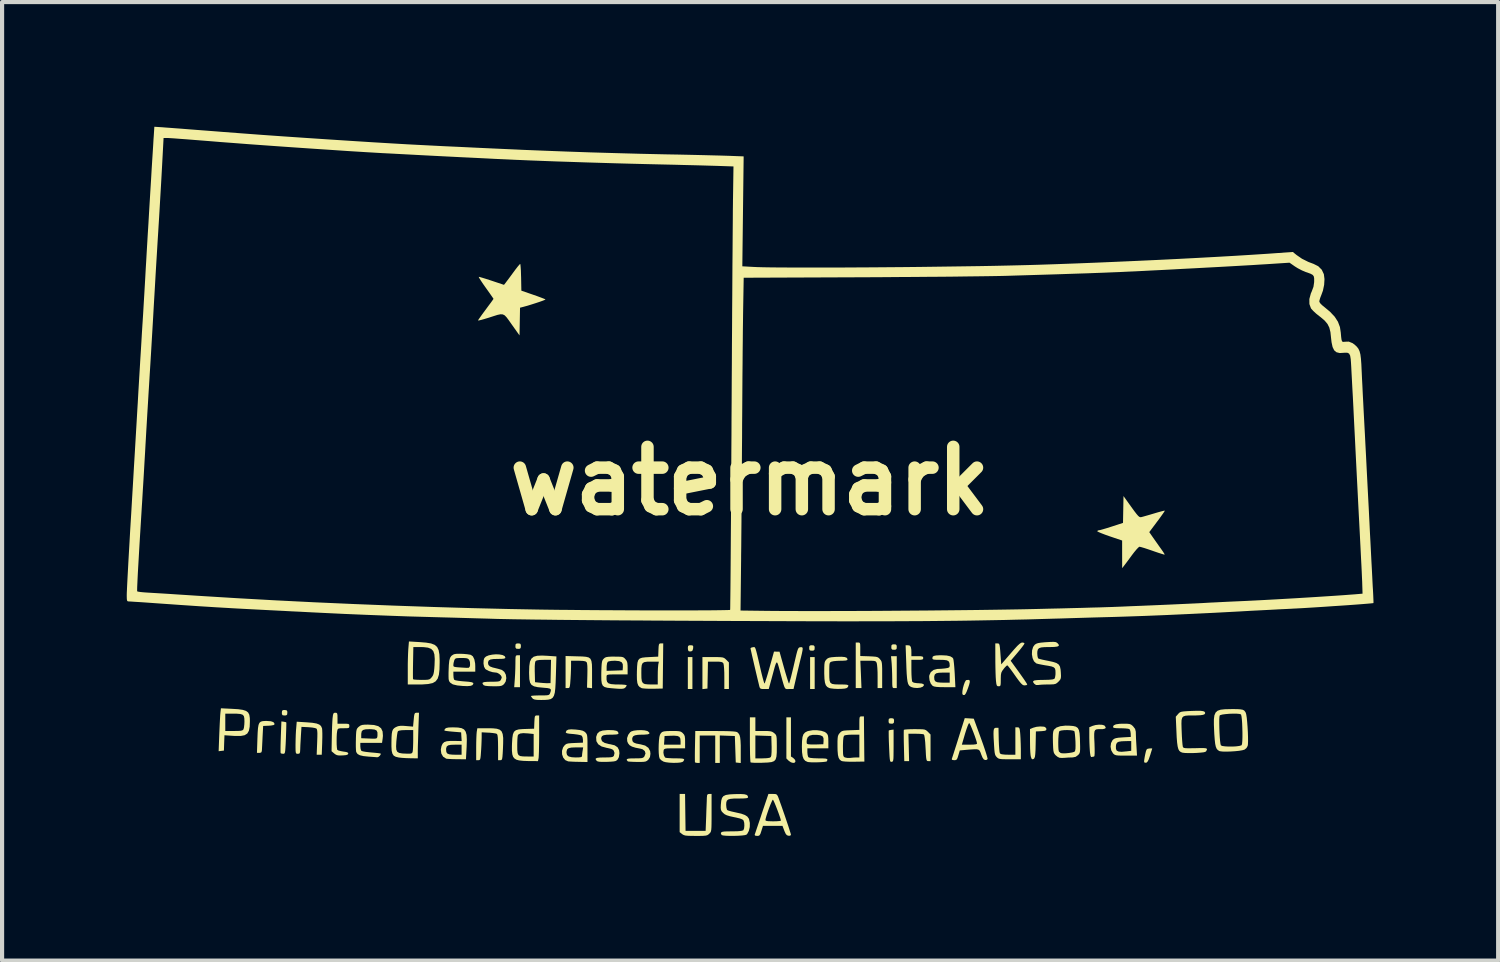
<source format=kicad_pcb>
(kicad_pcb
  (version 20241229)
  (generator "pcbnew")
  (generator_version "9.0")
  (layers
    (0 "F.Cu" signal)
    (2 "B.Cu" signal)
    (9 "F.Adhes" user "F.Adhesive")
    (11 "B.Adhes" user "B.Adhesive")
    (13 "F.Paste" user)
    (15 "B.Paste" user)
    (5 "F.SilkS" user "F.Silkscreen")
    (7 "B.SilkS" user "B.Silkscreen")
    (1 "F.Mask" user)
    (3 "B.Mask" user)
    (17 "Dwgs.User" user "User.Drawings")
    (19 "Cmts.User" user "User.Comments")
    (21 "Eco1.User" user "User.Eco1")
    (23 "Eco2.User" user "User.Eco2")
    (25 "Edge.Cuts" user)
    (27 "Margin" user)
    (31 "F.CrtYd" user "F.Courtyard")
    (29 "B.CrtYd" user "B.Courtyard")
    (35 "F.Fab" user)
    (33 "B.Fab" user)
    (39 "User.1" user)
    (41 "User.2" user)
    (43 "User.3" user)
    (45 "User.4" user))
  (footprint "watermark"
    (layer "F.Cu")
    (at 14.994 8.524)
    (property "Reference" "watermark" (at 0 0 0) (layer "F.SilkS") (effects (font (size 1.5 1.5) (thickness 0.3))))
    (attr board_only exclude_from_pos_files exclude_from_bom)
    (fp_poly (pts (xy -1.383 4.621) (xy -1.383 5.005) (xy -1.438 5.005) (xy -1.493 5.005) (xy -1.493 4.621) (xy -1.493 4.237) (xy -1.438 4.237) (xy -1.383 4.237)) (stroke (width 0) (type solid)) (fill yes) (layer "F.SilkS"))
    (fp_poly (pts (xy 1.559 4.621) (xy 1.559 5.005) (xy 1.504 5.005) (xy 1.449 5.005) (xy 1.449 4.621) (xy 1.449 4.237) (xy 1.504 4.237) (xy 1.559 4.237)) (stroke (width 0) (type solid)) (fill yes) (layer "F.SilkS"))
    (fp_poly (pts (xy -11.15 5.516) (xy -11.132 5.541) (xy -11.13 5.576) (xy -11.136 5.623) (xy -11.161 5.64) (xy -11.196 5.642) (xy -11.243 5.637) (xy -11.26 5.611) (xy -11.262 5.576) (xy -11.257 5.529) (xy -11.231 5.512) (xy -11.196 5.51)) (stroke (width 0) (type solid)) (fill yes) (layer "F.SilkS"))
    (fp_poly (pts (xy -5.529 3.913) (xy -5.512 3.939) (xy -5.51 3.974) (xy -5.516 4.02) (xy -5.541 4.037) (xy -5.576 4.039) (xy -5.623 4.034) (xy -5.64 4.008) (xy -5.642 3.974) (xy -5.637 3.927) (xy -5.611 3.91) (xy -5.576 3.908)) (stroke (width 0) (type solid)) (fill yes) (layer "F.SilkS"))
    (fp_poly (pts (xy 1.539 3.957) (xy 1.557 3.983) (xy 1.559 4.017) (xy 1.553 4.064) (xy 1.528 4.081) (xy 1.493 4.083) (xy 1.446 4.078) (xy 1.429 4.052) (xy 1.427 4.017) (xy 1.432 3.971) (xy 1.458 3.954) (xy 1.493 3.952)) (stroke (width 0) (type solid)) (fill yes) (layer "F.SilkS"))
    (fp_poly (pts (xy 3.449 5.713) (xy 3.467 5.739) (xy 3.469 5.774) (xy 3.463 5.82) (xy 3.438 5.838) (xy 3.403 5.84) (xy 3.356 5.834) (xy 3.339 5.808) (xy 3.337 5.774) (xy 3.342 5.727) (xy 3.368 5.71) (xy 3.403 5.708)) (stroke (width 0) (type solid)) (fill yes) (layer "F.SilkS"))
    (fp_poly (pts (xy 3.515 3.935) (xy 3.532 3.961) (xy 3.534 3.996) (xy 3.529 4.042) (xy 3.503 4.059) (xy 3.469 4.061) (xy 3.422 4.056) (xy 3.405 4.03) (xy 3.403 3.996) (xy 3.408 3.949) (xy 3.434 3.932) (xy 3.469 3.93)) (stroke (width 0) (type solid)) (fill yes) (layer "F.SilkS"))
    (fp_poly (pts (xy -1.38 3.956) (xy -1.364 3.977) (xy -1.365 4.023) (xy -1.379 4.078) (xy -1.412 4.1) (xy -1.417 4.101) (xy -1.461 4.099) (xy -1.477 4.092) (xy -1.489 4.06) (xy -1.493 4.014) (xy -1.487 3.97) (xy -1.461 3.954) (xy -1.426 3.952)) (stroke (width 0) (type solid)) (fill yes) (layer "F.SilkS"))
    (fp_poly (pts (xy -5.532 4.577) (xy -5.532 4.961) (xy -5.601 4.961) (xy -5.671 4.961) (xy -5.656 4.76) (xy -5.649 4.64) (xy -5.644 4.509) (xy -5.642 4.391) (xy -5.642 4.376) (xy -5.641 4.287) (xy -5.638 4.233) (xy -5.629 4.205) (xy -5.613 4.195) (xy -5.587 4.193) (xy -5.532 4.193)) (stroke (width 0) (type solid)) (fill yes) (layer "F.SilkS"))
    (fp_poly (pts (xy 0.988 6.157) (xy 0.988 6.629) (xy 1.043 6.665) (xy 1.082 6.704) (xy 1.098 6.742) (xy 1.082 6.775) (xy 1.041 6.784) (xy 0.988 6.769) (xy 0.935 6.733) (xy 0.932 6.73) (xy 0.878 6.676) (xy 0.878 6.181) (xy 0.878 5.686) (xy 0.933 5.686) (xy 0.988 5.686)) (stroke (width 0) (type solid)) (fill yes) (layer "F.SilkS"))
    (fp_poly (pts (xy 3.534 4.599) (xy 3.534 4.983) (xy 3.48 4.983) (xy 3.455 4.982) (xy 3.439 4.973) (xy 3.43 4.947) (xy 3.426 4.897) (xy 3.425 4.815) (xy 3.425 4.767) (xy 3.423 4.649) (xy 3.419 4.523) (xy 3.413 4.412) (xy 3.411 4.383) (xy 3.396 4.215) (xy 3.465 4.215) (xy 3.534 4.215)) (stroke (width 0) (type solid)) (fill yes) (layer "F.SilkS"))
    (fp_poly (pts (xy 5.288 4.798) (xy 5.292 4.835) (xy 5.276 4.902) (xy 5.251 4.976) (xy 5.216 5.068) (xy 5.188 5.124) (xy 5.164 5.15) (xy 5.138 5.15) (xy 5.122 5.142) (xy 5.111 5.112) (xy 5.114 5.054) (xy 5.127 4.981) (xy 5.148 4.905) (xy 5.172 4.84) (xy 5.197 4.798) (xy 5.21 4.79) (xy 5.261 4.785)) (stroke (width 0) (type solid)) (fill yes) (layer "F.SilkS"))
    (fp_poly (pts (xy 9.681 6.436) (xy 9.681 6.436) (xy 9.675 6.459) (xy 9.658 6.513) (xy 9.635 6.588) (xy 9.628 6.608) (xy 9.598 6.696) (xy 9.572 6.748) (xy 9.547 6.774) (xy 9.53 6.78) (xy 9.493 6.774) (xy 9.485 6.747) (xy 9.49 6.704) (xy 9.501 6.636) (xy 9.513 6.575) (xy 9.53 6.502) (xy 9.546 6.462) (xy 9.569 6.444) (xy 9.608 6.437) (xy 9.611 6.436) (xy 9.659 6.434)) (stroke (width 0) (type solid)) (fill yes) (layer "F.SilkS"))
    (fp_poly (pts (xy -11.218 5.792) (xy -11.174 5.801) (xy -11.156 5.807) (xy -11.154 5.83) (xy -11.155 5.89) (xy -11.157 5.979) (xy -11.161 6.09) (xy -11.164 6.189) (xy -11.17 6.325) (xy -11.176 6.424) (xy -11.181 6.49) (xy -11.188 6.532) (xy -11.198 6.554) (xy -11.211 6.562) (xy -11.229 6.564) (xy -11.231 6.564) (xy -11.274 6.558) (xy -11.291 6.548) (xy -11.294 6.521) (xy -11.294 6.459) (xy -11.293 6.367) (xy -11.29 6.254) (xy -11.287 6.158) (xy -11.273 5.785)) (stroke (width 0) (type solid)) (fill yes) (layer "F.SilkS"))
    (fp_poly (pts (xy 3.458 6.366) (xy 3.457 6.505) (xy 3.456 6.605) (xy 3.454 6.674) (xy 3.449 6.718) (xy 3.441 6.742) (xy 3.429 6.753) (xy 3.412 6.757) (xy 3.411 6.757) (xy 3.394 6.758) (xy 3.382 6.751) (xy 3.373 6.729) (xy 3.366 6.688) (xy 3.36 6.621) (xy 3.355 6.521) (xy 3.349 6.388) (xy 3.344 6.264) (xy 3.341 6.156) (xy 3.34 6.072) (xy 3.34 6.019) (xy 3.342 6.003) (xy 3.368 5.994) (xy 3.404 5.988) (xy 3.458 5.982)) (stroke (width 0) (type solid)) (fill yes) (layer "F.SilkS"))
    (fp_poly (pts (xy -11.526 5.781) (xy -11.465 5.802) (xy -11.439 5.839) (xy -11.438 5.854) (xy -11.459 5.872) (xy -11.523 5.884) (xy -11.575 5.888) (xy -11.712 5.894) (xy -11.726 6.158) (xy -11.731 6.267) (xy -11.736 6.365) (xy -11.74 6.441) (xy -11.742 6.482) (xy -11.752 6.526) (xy -11.784 6.541) (xy -11.803 6.542) (xy -11.861 6.542) (xy -11.85 6.201) (xy -11.844 6.054) (xy -11.836 5.946) (xy -11.823 5.869) (xy -11.802 5.82) (xy -11.769 5.791) (xy -11.722 5.778) (xy -11.658 5.774) (xy -11.625 5.774)) (stroke (width 0) (type solid)) (fill yes) (layer "F.SilkS"))
    (fp_poly (pts (xy 7.069 5.911) (xy 7.1 5.919) (xy 7.13 5.949) (xy 7.135 5.973) (xy 7.128 5.996) (xy 7.101 6.01) (xy 7.043 6.017) (xy 7.009 6.02) (xy 6.882 6.026) (xy 6.876 6.344) (xy 6.873 6.476) (xy 6.867 6.57) (xy 6.859 6.633) (xy 6.845 6.671) (xy 6.825 6.69) (xy 6.796 6.695) (xy 6.792 6.695) (xy 6.775 6.676) (xy 6.759 6.626) (xy 6.754 6.594) (xy 6.748 6.53) (xy 6.743 6.436) (xy 6.741 6.326) (xy 6.74 6.231) (xy 6.74 5.969) (xy 6.816 5.937) (xy 6.896 5.915) (xy 6.987 5.906)) (stroke (width 0) (type solid)) (fill yes) (layer "F.SilkS"))
    (fp_poly (pts (xy -0.778 4.237) (xy -0.704 4.24) (xy -0.654 4.246) (xy -0.621 4.258) (xy -0.593 4.278) (xy -0.569 4.301) (xy -0.505 4.365) (xy -0.505 4.685) (xy -0.505 5.005) (xy -0.56 5.005) (xy -0.615 5.005) (xy -0.615 4.719) (xy -0.616 4.607) (xy -0.621 4.509) (xy -0.628 4.434) (xy -0.636 4.392) (xy -0.637 4.389) (xy -0.655 4.368) (xy -0.685 4.355) (xy -0.739 4.348) (xy -0.825 4.347) (xy -0.834 4.347) (xy -1.009 4.347) (xy -1.015 4.671) (xy -1.021 4.994) (xy -1.081 5.001) (xy -1.142 5.008) (xy -1.142 4.623) (xy -1.142 4.237) (xy -0.887 4.237)) (stroke (width 0) (type solid)) (fill yes) (layer "F.SilkS"))
    (fp_poly (pts (xy 8.474 5.866) (xy 8.527 5.881) (xy 8.535 5.888) (xy 8.563 5.929) (xy 8.549 5.956) (xy 8.494 5.97) (xy 8.454 5.971) (xy 8.387 5.971) (xy 8.34 5.976) (xy 8.309 5.992) (xy 8.292 6.025) (xy 8.285 6.082) (xy 8.285 6.169) (xy 8.291 6.292) (xy 8.292 6.314) (xy 8.296 6.453) (xy 8.296 6.55) (xy 8.292 6.609) (xy 8.283 6.63) (xy 8.282 6.63) (xy 8.241 6.637) (xy 8.227 6.642) (xy 8.209 6.639) (xy 8.196 6.61) (xy 8.185 6.546) (xy 8.181 6.505) (xy 8.175 6.413) (xy 8.17 6.297) (xy 8.167 6.178) (xy 8.167 6.14) (xy 8.167 5.925) (xy 8.243 5.893) (xy 8.317 5.872) (xy 8.399 5.863)) (stroke (width 0) (type solid)) (fill yes) (layer "F.SilkS"))
    (fp_poly (pts (xy -4.158 4.219) (xy -4.035 4.222) (xy -3.943 4.23) (xy -3.879 4.246) (xy -3.837 4.278) (xy -3.813 4.332) (xy -3.801 4.412) (xy -3.798 4.525) (xy -3.798 4.658) (xy -3.798 4.986) (xy -3.858 4.979) (xy -3.919 4.972) (xy -3.911 4.681) (xy -3.909 4.546) (xy -3.911 4.451) (xy -3.918 4.389) (xy -3.929 4.358) (xy -3.93 4.358) (xy -3.96 4.339) (xy -4.018 4.329) (xy -4.111 4.325) (xy -4.13 4.325) (xy -4.303 4.325) (xy -4.303 4.453) (xy -4.305 4.537) (xy -4.309 4.644) (xy -4.315 4.755) (xy -4.317 4.782) (xy -4.324 4.877) (xy -4.332 4.936) (xy -4.342 4.968) (xy -4.358 4.981) (xy -4.383 4.983) (xy -4.383 4.983) (xy -4.435 4.983) (xy -4.435 4.597) (xy -4.435 4.211)) (stroke (width 0) (type solid)) (fill yes) (layer "F.SilkS"))
    (fp_poly (pts (xy -0.827 6.016) (xy -0.649 6.017) (xy -0.511 6.02) (xy -0.41 6.025) (xy -0.344 6.032) (xy -0.309 6.041) (xy -0.305 6.043) (xy -0.273 6.074) (xy -0.249 6.114) (xy -0.234 6.171) (xy -0.225 6.25) (xy -0.22 6.361) (xy -0.22 6.476) (xy -0.22 6.786) (xy -0.28 6.78) (xy -0.34 6.773) (xy -0.351 6.454) (xy -0.362 6.136) (xy -0.543 6.13) (xy -0.724 6.123) (xy -0.724 6.453) (xy -0.724 6.784) (xy -0.779 6.784) (xy -0.834 6.784) (xy -0.834 6.454) (xy -0.834 6.125) (xy -1.021 6.125) (xy -1.207 6.125) (xy -1.207 6.454) (xy -1.207 6.784) (xy -1.261 6.784) (xy -1.305 6.778) (xy -1.322 6.767) (xy -1.323 6.741) (xy -1.324 6.678) (xy -1.324 6.587) (xy -1.323 6.474) (xy -1.321 6.383) (xy -1.314 6.015)) (stroke (width 0) (type solid)) (fill yes) (layer "F.SilkS"))
    (fp_poly (pts (xy -1.554 7.975) (xy -1.548 8.419) (xy -1.306 8.419) (xy -1.065 8.419) (xy -1.051 8.057) (xy -1.047 7.928) (xy -1.042 7.809) (xy -1.038 7.709) (xy -1.036 7.638) (xy -1.035 7.612) (xy -1.029 7.558) (xy -1.011 7.535) (xy -0.977 7.53) (xy -0.922 7.53) (xy -0.922 7.981) (xy -0.922 8.133) (xy -0.923 8.246) (xy -0.925 8.329) (xy -0.929 8.386) (xy -0.936 8.425) (xy -0.946 8.451) (xy -0.961 8.47) (xy -0.976 8.486) (xy -1.001 8.508) (xy -1.028 8.524) (xy -1.066 8.533) (xy -1.123 8.538) (xy -1.209 8.54) (xy -1.302 8.54) (xy -1.419 8.539) (xy -1.5 8.536) (xy -1.556 8.53) (xy -1.594 8.518) (xy -1.624 8.501) (xy -1.633 8.494) (xy -1.69 8.449) (xy -1.69 7.989) (xy -1.69 7.53) (xy -1.625 7.53) (xy -1.56 7.53)) (stroke (width 0) (type solid)) (fill yes) (layer "F.SilkS"))
    (fp_poly (pts (xy 4.074 5.972) (xy 4.149 5.974) (xy 4.198 5.98) (xy 4.232 5.993) (xy 4.259 6.012) (xy 4.283 6.035) (xy 4.347 6.1) (xy 4.347 6.42) (xy 4.347 6.74) (xy 4.295 6.74) (xy 4.275 6.738) (xy 4.26 6.73) (xy 4.25 6.707) (xy 4.242 6.664) (xy 4.236 6.594) (xy 4.231 6.49) (xy 4.227 6.427) (xy 4.219 6.29) (xy 4.208 6.187) (xy 4.197 6.122) (xy 4.186 6.098) (xy 4.153 6.09) (xy 4.088 6.084) (xy 4.006 6.082) (xy 3.988 6.081) (xy 3.815 6.081) (xy 3.823 6.41) (xy 3.831 6.74) (xy 3.773 6.74) (xy 3.715 6.74) (xy 3.706 6.372) (xy 3.703 6.249) (xy 3.702 6.141) (xy 3.702 6.057) (xy 3.703 6.003) (xy 3.705 5.988) (xy 3.728 5.981) (xy 3.787 5.976) (xy 3.872 5.972) (xy 3.966 5.971)) (stroke (width 0) (type solid)) (fill yes) (layer "F.SilkS"))
    (fp_poly (pts (xy 3.846 3.96) (xy 3.872 3.992) (xy 3.884 4.054) (xy 3.886 4.118) (xy 3.886 4.215) (xy 4.028 4.215) (xy 4.106 4.216) (xy 4.149 4.223) (xy 4.167 4.236) (xy 4.171 4.259) (xy 4.167 4.283) (xy 4.147 4.296) (xy 4.102 4.302) (xy 4.028 4.303) (xy 3.886 4.303) (xy 3.886 4.55) (xy 3.888 4.652) (xy 3.893 4.74) (xy 3.9 4.803) (xy 3.907 4.83) (xy 3.945 4.853) (xy 4.023 4.865) (xy 4.054 4.866) (xy 4.14 4.874) (xy 4.184 4.893) (xy 4.186 4.921) (xy 4.157 4.951) (xy 4.103 4.972) (xy 4.026 4.981) (xy 3.945 4.975) (xy 3.893 4.961) (xy 3.857 4.943) (xy 3.829 4.919) (xy 3.808 4.881) (xy 3.793 4.826) (xy 3.782 4.746) (xy 3.773 4.637) (xy 3.766 4.493) (xy 3.763 4.396) (xy 3.747 3.952) (xy 3.803 3.952)) (stroke (width 0) (type solid)) (fill yes) (layer "F.SilkS"))
    (fp_poly (pts (xy 2.63 3.888) (xy 2.646 3.9) (xy 2.654 3.932) (xy 2.656 3.994) (xy 2.656 4.048) (xy 2.656 4.211) (xy 2.867 4.218) (xy 2.965 4.223) (xy 3.031 4.229) (xy 3.073 4.24) (xy 3.102 4.258) (xy 3.13 4.287) (xy 3.13 4.288) (xy 3.151 4.314) (xy 3.166 4.342) (xy 3.175 4.379) (xy 3.18 4.434) (xy 3.183 4.515) (xy 3.183 4.629) (xy 3.183 4.666) (xy 3.183 4.983) (xy 3.128 4.983) (xy 3.073 4.983) (xy 3.073 4.71) (xy 3.072 4.6) (xy 3.067 4.501) (xy 3.06 4.425) (xy 3.052 4.381) (xy 3.052 4.381) (xy 3.039 4.354) (xy 3.02 4.337) (xy 2.985 4.328) (xy 2.924 4.325) (xy 2.844 4.325) (xy 2.658 4.325) (xy 2.672 4.654) (xy 2.685 4.983) (xy 2.616 4.983) (xy 2.547 4.983) (xy 2.547 4.435) (xy 2.547 3.886) (xy 2.601 3.886)) (stroke (width 0) (type solid)) (fill yes) (layer "F.SilkS"))
    (fp_poly (pts (xy 6.466 5.93) (xy 6.483 5.946) (xy 6.494 5.982) (xy 6.502 6.049) (xy 6.506 6.095) (xy 6.512 6.197) (xy 6.517 6.321) (xy 6.52 6.444) (xy 6.52 6.48) (xy 6.52 6.696) (xy 6.256 6.696) (xy 6.143 6.695) (xy 6.065 6.693) (xy 6.014 6.687) (xy 5.98 6.676) (xy 5.954 6.658) (xy 5.94 6.644) (xy 5.918 6.619) (xy 5.902 6.587) (xy 5.891 6.541) (xy 5.883 6.472) (xy 5.876 6.371) (xy 5.873 6.32) (xy 5.865 6.182) (xy 5.862 6.082) (xy 5.864 6.013) (xy 5.872 5.971) (xy 5.887 5.948) (xy 5.91 5.939) (xy 5.927 5.938) (xy 5.982 5.938) (xy 5.988 6.233) (xy 5.993 6.353) (xy 6 6.452) (xy 6.008 6.523) (xy 6.018 6.557) (xy 6.019 6.557) (xy 6.057 6.575) (xy 6.137 6.584) (xy 6.215 6.586) (xy 6.388 6.586) (xy 6.388 6.257) (xy 6.388 5.927) (xy 6.44 5.927)) (stroke (width 0) (type solid)) (fill yes) (layer "F.SilkS"))
    (fp_poly (pts (xy -10.66 5.807) (xy -10.526 5.818) (xy -10.428 5.835) (xy -10.362 5.86) (xy -10.32 5.896) (xy -10.297 5.946) (xy -10.295 5.951) (xy -10.291 5.992) (xy -10.288 6.068) (xy -10.288 6.166) (xy -10.291 6.278) (xy -10.291 6.295) (xy -10.302 6.586) (xy -10.363 6.586) (xy -10.424 6.586) (xy -10.412 6.284) (xy -10.408 6.157) (xy -10.407 6.068) (xy -10.411 6.009) (xy -10.419 5.974) (xy -10.43 5.957) (xy -10.466 5.944) (xy -10.532 5.932) (xy -10.615 5.925) (xy -10.625 5.924) (xy -10.79 5.916) (xy -10.804 6.136) (xy -10.81 6.244) (xy -10.816 6.347) (xy -10.819 6.431) (xy -10.82 6.46) (xy -10.824 6.523) (xy -10.835 6.554) (xy -10.86 6.563) (xy -10.878 6.564) (xy -10.903 6.563) (xy -10.919 6.553) (xy -10.928 6.527) (xy -10.932 6.478) (xy -10.933 6.395) (xy -10.933 6.348) (xy -10.931 6.229) (xy -10.927 6.102) (xy -10.921 5.991) (xy -10.918 5.962) (xy -10.904 5.792)) (stroke (width 0) (type solid)) (fill yes) (layer "F.SilkS"))
    (fp_poly (pts (xy -6.185 5.951) (xy -6.089 5.961) (xy -6.02 5.984) (xy -5.974 6.025) (xy -5.948 6.09) (xy -5.936 6.183) (xy -5.937 6.311) (xy -5.942 6.444) (xy -5.948 6.557) (xy -5.954 6.634) (xy -5.961 6.681) (xy -5.971 6.706) (xy -5.986 6.716) (xy -6.007 6.718) (xy -6.008 6.718) (xy -6.059 6.718) (xy -6.059 6.413) (xy -6.061 6.276) (xy -6.065 6.178) (xy -6.073 6.117) (xy -6.085 6.088) (xy -6.087 6.086) (xy -6.121 6.074) (xy -6.186 6.064) (xy -6.269 6.056) (xy -6.284 6.056) (xy -6.454 6.047) (xy -6.454 6.168) (xy -6.456 6.246) (xy -6.46 6.35) (xy -6.466 6.461) (xy -6.469 6.504) (xy -6.476 6.602) (xy -6.483 6.664) (xy -6.492 6.699) (xy -6.507 6.714) (xy -6.529 6.718) (xy -6.534 6.718) (xy -6.586 6.718) (xy -6.586 6.416) (xy -6.585 6.297) (xy -6.582 6.187) (xy -6.578 6.097) (xy -6.573 6.038) (xy -6.572 6.032) (xy -6.558 5.949) (xy -6.312 5.949)) (stroke (width 0) (type solid)) (fill yes) (layer "F.SilkS"))
    (fp_poly (pts (xy -12.462 5.482) (xy -12.313 5.491) (xy -12.202 5.507) (xy -12.125 5.532) (xy -12.074 5.57) (xy -12.045 5.625) (xy -12.033 5.701) (xy -12.031 5.778) (xy -12.036 5.912) (xy -12.055 6.01) (xy -12.094 6.077) (xy -12.158 6.117) (xy -12.252 6.135) (xy -12.381 6.135) (xy -12.434 6.132) (xy -12.643 6.118) (xy -12.65 6.303) (xy -12.656 6.487) (xy -12.719 6.494) (xy -12.783 6.502) (xy -12.768 6.099) (xy -12.762 5.962) (xy -12.756 5.831) (xy -12.75 5.716) (xy -12.745 5.628) (xy -12.742 5.598) (xy -12.623 5.598) (xy -12.623 5.807) (xy -12.623 6.015) (xy -12.415 6.015) (xy -12.317 6.014) (xy -12.253 6.01) (xy -12.215 6.001) (xy -12.194 5.986) (xy -12.185 5.973) (xy -12.173 5.929) (xy -12.165 5.858) (xy -12.162 5.787) (xy -12.165 5.708) (xy -12.177 5.655) (xy -12.207 5.623) (xy -12.261 5.606) (xy -12.346 5.599) (xy -12.435 5.598) (xy -12.623 5.598) (xy -12.742 5.598) (xy -12.741 5.583) (xy -12.728 5.469)) (stroke (width 0) (type solid)) (fill yes) (layer "F.SilkS"))
    (fp_poly (pts (xy -2.091 4.451) (xy -2.097 4.994) (xy -2.327 4.999) (xy -2.428 4.999) (xy -2.517 4.995) (xy -2.582 4.989) (xy -2.606 4.984) (xy -2.653 4.957) (xy -2.687 4.918) (xy -2.708 4.86) (xy -2.718 4.776) (xy -2.72 4.659) (xy -2.719 4.629) (xy -2.612 4.629) (xy -2.61 4.741) (xy -2.6 4.816) (xy -2.574 4.862) (xy -2.528 4.886) (xy -2.454 4.894) (xy -2.38 4.896) (xy -2.217 4.896) (xy -2.217 4.69) (xy -2.216 4.59) (xy -2.212 4.5) (xy -2.206 4.433) (xy -2.204 4.415) (xy -2.19 4.347) (xy -2.378 4.347) (xy -2.474 4.348) (xy -2.54 4.358) (xy -2.58 4.382) (xy -2.602 4.428) (xy -2.611 4.503) (xy -2.612 4.614) (xy -2.612 4.629) (xy -2.719 4.629) (xy -2.719 4.59) (xy -2.714 4.462) (xy -2.705 4.37) (xy -2.686 4.31) (xy -2.651 4.272) (xy -2.594 4.252) (xy -2.51 4.242) (xy -2.42 4.237) (xy -2.206 4.226) (xy -2.2 4.067) (xy -2.196 3.985) (xy -2.189 3.937) (xy -2.176 3.915) (xy -2.154 3.908) (xy -2.139 3.908) (xy -2.085 3.908)) (stroke (width 0) (type solid)) (fill yes) (layer "F.SilkS"))
    (fp_poly (pts (xy 0.132 5.851) (xy 0.132 6.015) (xy 0.328 6.015) (xy 0.425 6.016) (xy 0.49 6.022) (xy 0.533 6.033) (xy 0.568 6.054) (xy 0.586 6.068) (xy 0.612 6.091) (xy 0.629 6.115) (xy 0.639 6.147) (xy 0.645 6.196) (xy 0.647 6.272) (xy 0.648 6.381) (xy 0.648 6.397) (xy 0.647 6.533) (xy 0.639 6.631) (xy 0.62 6.698) (xy 0.583 6.74) (xy 0.523 6.763) (xy 0.432 6.774) (xy 0.307 6.779) (xy 0.29 6.78) (xy 0.188 6.781) (xy 0.102 6.78) (xy 0.041 6.776) (xy 0.016 6.771) (xy 0.012 6.745) (xy 0.008 6.682) (xy 0.004 6.587) (xy 0.002 6.467) (xy 0.000332 6.327) (xy 0 6.22) (xy 0 6.123) (xy 0.132 6.123) (xy 0.132 6.399) (xy 0.132 6.674) (xy 0.305 6.674) (xy 0.408 6.67) (xy 0.473 6.66) (xy 0.503 6.643) (xy 0.516 6.602) (xy 0.522 6.52) (xy 0.523 6.396) (xy 0.522 6.374) (xy 0.516 6.136) (xy 0.324 6.13) (xy 0.132 6.123) (xy 0 6.123) (xy 0 5.686) (xy 0.066 5.686) (xy 0.132 5.686)) (stroke (width 0) (type solid)) (fill yes) (layer "F.SilkS"))
    (fp_poly (pts (xy -7.024 5.932) (xy -6.938 5.947) (xy -6.878 5.978) (xy -6.839 6.031) (xy -6.817 6.11) (xy -6.811 6.222) (xy -6.815 6.371) (xy -6.816 6.402) (xy -6.832 6.696) (xy -7.055 6.694) (xy -7.152 6.692) (xy -7.235 6.688) (xy -7.292 6.684) (xy -7.31 6.68) (xy -7.382 6.633) (xy -7.425 6.558) (xy -7.437 6.465) (xy -7.31 6.465) (xy -7.304 6.522) (xy -7.28 6.558) (xy -7.232 6.577) (xy -7.15 6.585) (xy -7.098 6.586) (xy -6.937 6.586) (xy -6.937 6.465) (xy -6.937 6.345) (xy -7.098 6.345) (xy -7.197 6.348) (xy -7.261 6.362) (xy -7.295 6.389) (xy -7.309 6.435) (xy -7.31 6.465) (xy -7.437 6.465) (xy -7.437 6.464) (xy -7.421 6.379) (xy -7.394 6.321) (xy -7.355 6.283) (xy -7.294 6.262) (xy -7.204 6.254) (xy -7.117 6.254) (xy -6.935 6.258) (xy -6.942 6.153) (xy -6.948 6.048) (xy -7.144 6.032) (xy -7.232 6.024) (xy -7.302 6.015) (xy -7.343 6.008) (xy -7.35 6.005) (xy -7.347 5.982) (xy -7.333 5.961) (xy -7.303 5.942) (xy -7.246 5.931) (xy -7.155 5.928) (xy -7.138 5.928)) (stroke (width 0) (type solid)) (fill yes) (layer "F.SilkS"))
    (fp_poly (pts (xy -9.946 5.579) (xy -9.931 5.595) (xy -9.924 5.635) (xy -9.923 5.708) (xy -9.923 5.708) (xy -9.923 5.84) (xy -9.78 5.84) (xy -9.704 5.841) (xy -9.661 5.846) (xy -9.642 5.86) (xy -9.638 5.886) (xy -9.638 5.894) (xy -9.64 5.924) (xy -9.654 5.941) (xy -9.691 5.948) (xy -9.759 5.949) (xy -9.777 5.949) (xy -9.853 5.95) (xy -9.896 5.956) (xy -9.918 5.972) (xy -9.928 6.003) (xy -9.931 6.018) (xy -9.939 6.078) (xy -9.943 6.16) (xy -9.944 6.251) (xy -9.943 6.34) (xy -9.938 6.414) (xy -9.931 6.461) (xy -9.928 6.469) (xy -9.899 6.485) (xy -9.84 6.5) (xy -9.785 6.51) (xy -9.711 6.521) (xy -9.674 6.536) (xy -9.663 6.556) (xy -9.664 6.561) (xy -9.679 6.583) (xy -9.719 6.596) (xy -9.794 6.603) (xy -9.805 6.603) (xy -9.886 6.605) (xy -9.938 6.596) (xy -9.98 6.574) (xy -10.003 6.556) (xy -10.066 6.502) (xy -10.06 6.165) (xy -10.057 6.036) (xy -10.053 5.911) (xy -10.048 5.803) (xy -10.043 5.722) (xy -10.041 5.702) (xy -10.032 5.631) (xy -10.02 5.593) (xy -10 5.578) (xy -9.976 5.576)) (stroke (width 0) (type solid)) (fill yes) (layer "F.SilkS"))
    (fp_poly (pts (xy -5.071 6.122) (xy -5.072 6.267) (xy -5.074 6.401) (xy -5.076 6.517) (xy -5.08 6.606) (xy -5.083 6.661) (xy -5.085 6.671) (xy -5.099 6.74) (xy -5.321 6.739) (xy -5.454 6.734) (xy -5.555 6.723) (xy -5.615 6.707) (xy -5.664 6.678) (xy -5.697 6.637) (xy -5.717 6.577) (xy -5.726 6.49) (xy -5.726 6.369) (xy -5.725 6.36) (xy -5.598 6.36) (xy -5.597 6.472) (xy -5.589 6.548) (xy -5.568 6.594) (xy -5.528 6.618) (xy -5.461 6.627) (xy -5.363 6.629) (xy -5.362 6.629) (xy -5.203 6.63) (xy -5.203 6.359) (xy -5.203 6.087) (xy -5.343 6.073) (xy -5.453 6.067) (xy -5.527 6.076) (xy -5.573 6.102) (xy -5.581 6.112) (xy -5.588 6.143) (xy -5.594 6.207) (xy -5.597 6.294) (xy -5.598 6.36) (xy -5.725 6.36) (xy -5.724 6.316) (xy -5.716 6.187) (xy -5.702 6.095) (xy -5.676 6.034) (xy -5.631 5.997) (xy -5.562 5.977) (xy -5.462 5.969) (xy -5.403 5.967) (xy -5.192 5.96) (xy -5.186 5.801) (xy -5.181 5.719) (xy -5.175 5.672) (xy -5.162 5.649) (xy -5.14 5.642) (xy -5.125 5.642) (xy -5.071 5.642)) (stroke (width 0) (type solid)) (fill yes) (layer "F.SilkS"))
    (fp_poly (pts (xy 2.283 4.236) (xy 2.331 4.254) (xy 2.349 4.285) (xy 2.349 4.293) (xy 2.34 4.31) (xy 2.307 4.32) (xy 2.242 4.324) (xy 2.186 4.325) (xy 2.097 4.328) (xy 2.019 4.335) (xy 1.968 4.346) (xy 1.966 4.346) (xy 1.942 4.357) (xy 1.926 4.373) (xy 1.916 4.402) (xy 1.912 4.452) (xy 1.91 4.533) (xy 1.91 4.609) (xy 1.911 4.726) (xy 1.918 4.805) (xy 1.938 4.855) (xy 1.978 4.882) (xy 2.044 4.893) (xy 2.144 4.896) (xy 2.183 4.896) (xy 2.277 4.897) (xy 2.335 4.902) (xy 2.364 4.913) (xy 2.371 4.928) (xy 2.354 4.963) (xy 2.328 4.983) (xy 2.282 4.995) (xy 2.206 5.001) (xy 2.115 5.003) (xy 2.024 4.999) (xy 1.947 4.99) (xy 1.908 4.981) (xy 1.861 4.955) (xy 1.827 4.914) (xy 1.806 4.851) (xy 1.794 4.759) (xy 1.789 4.631) (xy 1.789 4.598) (xy 1.79 4.489) (xy 1.793 4.414) (xy 1.8 4.365) (xy 1.813 4.331) (xy 1.833 4.304) (xy 1.84 4.296) (xy 1.87 4.269) (xy 1.907 4.252) (xy 1.963 4.241) (xy 2.047 4.234) (xy 2.081 4.232) (xy 2.201 4.229)) (stroke (width 0) (type solid)) (fill yes) (layer "F.SilkS"))
    (fp_poly (pts (xy -7.949 3.876) (xy -7.791 3.889) (xy -7.671 3.909) (xy -7.584 3.943) (xy -7.525 3.995) (xy -7.489 4.071) (xy -7.471 4.176) (xy -7.465 4.316) (xy -7.465 4.369) (xy -7.469 4.535) (xy -7.483 4.662) (xy -7.513 4.756) (xy -7.562 4.821) (xy -7.636 4.863) (xy -7.74 4.885) (xy -7.878 4.895) (xy -7.967 4.896) (xy -8.232 4.896) (xy -8.232 4.609) (xy -8.108 4.609) (xy -8.108 4.695) (xy -8.107 4.751) (xy -8.105 4.769) (xy -8.082 4.777) (xy -8.024 4.782) (xy -7.944 4.785) (xy -7.904 4.786) (xy -7.81 4.785) (xy -7.749 4.781) (xy -7.71 4.771) (xy -7.682 4.751) (xy -7.656 4.722) (xy -7.631 4.687) (xy -7.614 4.646) (xy -7.602 4.589) (xy -7.593 4.505) (xy -7.588 4.43) (xy -7.583 4.282) (xy -7.592 4.17) (xy -7.619 4.091) (xy -7.669 4.04) (xy -7.745 4.01) (xy -7.852 3.997) (xy -7.934 3.996) (xy -8.098 3.996) (xy -8.105 4.374) (xy -8.107 4.499) (xy -8.108 4.609) (xy -8.232 4.609) (xy -8.232 4.548) (xy -8.232 4.412) (xy -8.229 4.276) (xy -8.225 4.153) (xy -8.22 4.057) (xy -8.218 4.03) (xy -8.204 3.861)) (stroke (width 0) (type solid)) (fill yes) (layer "F.SilkS"))
    (fp_poly (pts (xy -3.285 5.997) (xy -3.214 6.01) (xy -3.175 6.033) (xy -3.161 6.07) (xy -3.161 6.074) (xy -3.174 6.09) (xy -3.216 6.099) (xy -3.294 6.103) (xy -3.343 6.103) (xy -3.45 6.106) (xy -3.519 6.117) (xy -3.559 6.139) (xy -3.576 6.176) (xy -3.578 6.206) (xy -3.558 6.261) (xy -3.495 6.302) (xy -3.391 6.33) (xy -3.361 6.334) (xy -3.254 6.36) (xy -3.184 6.407) (xy -3.147 6.478) (xy -3.139 6.55) (xy -3.153 6.646) (xy -3.181 6.699) (xy -3.205 6.723) (xy -3.234 6.739) (xy -3.28 6.748) (xy -3.351 6.754) (xy -3.439 6.758) (xy -3.554 6.759) (xy -3.63 6.755) (xy -3.673 6.743) (xy -3.683 6.737) (xy -3.71 6.701) (xy -3.709 6.677) (xy -3.675 6.662) (xy -3.604 6.654) (xy -3.502 6.652) (xy -3.404 6.651) (xy -3.341 6.647) (xy -3.303 6.638) (xy -3.281 6.623) (xy -3.271 6.607) (xy -3.257 6.544) (xy -3.278 6.485) (xy -3.311 6.457) (xy -3.355 6.441) (xy -3.421 6.426) (xy -3.447 6.421) (xy -3.568 6.388) (xy -3.65 6.334) (xy -3.694 6.26) (xy -3.699 6.165) (xy -3.695 6.145) (xy -3.67 6.077) (xy -3.622 6.031) (xy -3.544 6.005) (xy -3.433 5.994) (xy -3.393 5.993)) (stroke (width 0) (type solid)) (fill yes) (layer "F.SilkS"))
    (fp_poly (pts (xy 5.278 5.712) (xy 5.387 5.719) (xy 5.559 6.19) (xy 5.608 6.326) (xy 5.65 6.449) (xy 5.684 6.554) (xy 5.708 6.633) (xy 5.719 6.68) (xy 5.72 6.691) (xy 5.692 6.712) (xy 5.66 6.714) (xy 5.627 6.698) (xy 5.597 6.654) (xy 5.567 6.581) (xy 5.547 6.526) (xy 5.528 6.488) (xy 5.502 6.466) (xy 5.461 6.455) (xy 5.398 6.455) (xy 5.304 6.461) (xy 5.218 6.468) (xy 5.051 6.483) (xy 5.016 6.6) (xy 4.995 6.668) (xy 4.975 6.703) (xy 4.947 6.716) (xy 4.915 6.718) (xy 4.867 6.711) (xy 4.857 6.691) (xy 4.858 6.688) (xy 4.868 6.659) (xy 4.889 6.595) (xy 4.919 6.501) (xy 4.956 6.385) (xy 4.969 6.345) (xy 5.1 6.345) (xy 5.283 6.345) (xy 5.381 6.342) (xy 5.44 6.335) (xy 5.464 6.323) (xy 5.466 6.317) (xy 5.458 6.279) (xy 5.438 6.214) (xy 5.41 6.132) (xy 5.377 6.044) (xy 5.343 5.959) (xy 5.313 5.887) (xy 5.289 5.839) (xy 5.278 5.824) (xy 5.263 5.841) (xy 5.24 5.893) (xy 5.211 5.974) (xy 5.179 6.075) (xy 5.177 6.081) (xy 5.1 6.345) (xy 4.969 6.345) (xy 4.998 6.253) (xy 5.02 6.182) (xy 5.17 5.706)) (stroke (width 0) (type solid)) (fill yes) (layer "F.SilkS"))
    (fp_poly (pts (xy -2.534 6) (xy -2.471 6.015) (xy -2.453 6.024) (xy -2.418 6.058) (xy -2.42 6.082) (xy -2.46 6.096) (xy -2.542 6.103) (xy -2.581 6.103) (xy -2.693 6.107) (xy -2.767 6.12) (xy -2.811 6.145) (xy -2.83 6.184) (xy -2.832 6.213) (xy -2.824 6.261) (xy -2.794 6.294) (xy -2.736 6.317) (xy -2.642 6.335) (xy -2.633 6.336) (xy -2.52 6.366) (xy -2.442 6.421) (xy -2.4 6.5) (xy -2.393 6.563) (xy -2.404 6.642) (xy -2.441 6.702) (xy -2.447 6.708) (xy -2.476 6.733) (xy -2.508 6.749) (xy -2.553 6.757) (xy -2.623 6.76) (xy -2.705 6.76) (xy -2.797 6.758) (xy -2.875 6.754) (xy -2.925 6.75) (xy -2.936 6.747) (xy -2.961 6.718) (xy -2.964 6.705) (xy -2.954 6.69) (xy -2.922 6.68) (xy -2.86 6.675) (xy -2.767 6.674) (xy -2.672 6.673) (xy -2.611 6.669) (xy -2.574 6.659) (xy -2.55 6.642) (xy -2.536 6.622) (xy -2.512 6.555) (xy -2.529 6.498) (xy -2.581 6.456) (xy -2.628 6.442) (xy -2.751 6.418) (xy -2.837 6.391) (xy -2.895 6.357) (xy -2.932 6.311) (xy -2.952 6.262) (xy -2.955 6.186) (xy -2.928 6.108) (xy -2.88 6.044) (xy -2.853 6.026) (xy -2.793 6.007) (xy -2.71 5.997) (xy -2.618 5.994)) (stroke (width 0) (type solid)) (fill yes) (layer "F.SilkS"))
    (fp_poly (pts (xy 10.847 5.53) (xy 10.907 5.538) (xy 10.941 5.553) (xy 10.954 5.576) (xy 10.955 5.586) (xy 10.944 5.609) (xy 10.907 5.626) (xy 10.84 5.636) (xy 10.736 5.641) (xy 10.657 5.642) (xy 10.556 5.642) (xy 10.482 5.648) (xy 10.433 5.664) (xy 10.402 5.696) (xy 10.387 5.752) (xy 10.384 5.837) (xy 10.387 5.956) (xy 10.39 6.028) (xy 10.395 6.147) (xy 10.402 6.252) (xy 10.409 6.334) (xy 10.416 6.385) (xy 10.418 6.396) (xy 10.428 6.412) (xy 10.448 6.423) (xy 10.485 6.429) (xy 10.547 6.431) (xy 10.64 6.43) (xy 10.716 6.429) (xy 10.833 6.426) (xy 10.912 6.426) (xy 10.961 6.43) (xy 10.988 6.437) (xy 10.998 6.449) (xy 10.999 6.459) (xy 10.981 6.5) (xy 10.96 6.517) (xy 10.918 6.528) (xy 10.844 6.536) (xy 10.75 6.543) (xy 10.648 6.547) (xy 10.549 6.547) (xy 10.466 6.544) (xy 10.41 6.537) (xy 10.409 6.537) (xy 10.367 6.521) (xy 10.334 6.494) (xy 10.31 6.452) (xy 10.293 6.387) (xy 10.28 6.294) (xy 10.27 6.168) (xy 10.264 6.035) (xy 10.248 5.671) (xy 10.302 5.609) (xy 10.326 5.582) (xy 10.352 5.564) (xy 10.387 5.552) (xy 10.441 5.544) (xy 10.523 5.538) (xy 10.624 5.533) (xy 10.754 5.529)) (stroke (width 0) (type solid)) (fill yes) (layer "F.SilkS"))
    (fp_poly (pts (xy -6.025 4.174) (xy -5.951 4.188) (xy -5.901 4.213) (xy -5.883 4.247) (xy -5.891 4.264) (xy -5.92 4.275) (xy -5.976 4.28) (xy -6.066 4.281) (xy -6.172 4.284) (xy -6.242 4.295) (xy -6.282 4.317) (xy -6.299 4.354) (xy -6.301 4.381) (xy -6.291 4.427) (xy -6.256 4.461) (xy -6.189 4.487) (xy -6.135 4.5) (xy -6.058 4.519) (xy -5.99 4.539) (xy -5.969 4.546) (xy -5.909 4.592) (xy -5.872 4.662) (xy -5.861 4.744) (xy -5.876 4.825) (xy -5.915 4.886) (xy -5.945 4.911) (xy -5.977 4.927) (xy -6.023 4.936) (xy -6.094 4.939) (xy -6.174 4.939) (xy -6.287 4.936) (xy -6.365 4.928) (xy -6.405 4.914) (xy -6.406 4.913) (xy -6.433 4.878) (xy -6.431 4.854) (xy -6.395 4.839) (xy -6.323 4.832) (xy -6.225 4.83) (xy -6.126 4.829) (xy -6.062 4.825) (xy -6.024 4.816) (xy -6.003 4.8) (xy -5.994 4.787) (xy -5.975 4.743) (xy -5.971 4.721) (xy -5.989 4.682) (xy -6.032 4.641) (xy -6.084 4.614) (xy -6.109 4.61) (xy -6.191 4.6) (xy -6.278 4.573) (xy -6.348 4.537) (xy -6.368 4.521) (xy -6.397 4.467) (xy -6.41 4.39) (xy -6.406 4.311) (xy -6.389 4.26) (xy -6.35 4.223) (xy -6.284 4.195) (xy -6.201 4.178) (xy -6.111 4.17)) (stroke (width 0) (type solid)) (fill yes) (layer "F.SilkS"))
    (fp_poly (pts (xy 4.734 4.199) (xy 4.82 4.218) (xy 4.874 4.25) (xy 4.892 4.274) (xy 4.9 4.31) (xy 4.909 4.38) (xy 4.918 4.476) (xy 4.926 4.589) (xy 4.929 4.638) (xy 4.945 4.961) (xy 4.695 4.961) (xy 4.573 4.96) (xy 4.488 4.954) (xy 4.431 4.944) (xy 4.396 4.928) (xy 4.352 4.875) (xy 4.323 4.796) (xy 4.316 4.731) (xy 4.435 4.731) (xy 4.441 4.787) (xy 4.465 4.823) (xy 4.513 4.843) (xy 4.595 4.851) (xy 4.648 4.852) (xy 4.808 4.852) (xy 4.808 4.731) (xy 4.808 4.61) (xy 4.648 4.61) (xy 4.548 4.614) (xy 4.485 4.627) (xy 4.45 4.655) (xy 4.436 4.701) (xy 4.435 4.731) (xy 4.316 4.731) (xy 4.314 4.71) (xy 4.318 4.673) (xy 4.353 4.599) (xy 4.42 4.546) (xy 4.507 4.523) (xy 4.522 4.522) (xy 4.598 4.519) (xy 4.684 4.511) (xy 4.706 4.508) (xy 4.769 4.497) (xy 4.799 4.48) (xy 4.808 4.451) (xy 4.808 4.441) (xy 4.803 4.379) (xy 4.783 4.339) (xy 4.74 4.315) (xy 4.668 4.305) (xy 4.576 4.303) (xy 4.486 4.302) (xy 4.43 4.298) (xy 4.402 4.289) (xy 4.392 4.273) (xy 4.391 4.261) (xy 4.398 4.229) (xy 4.426 4.209) (xy 4.481 4.198) (xy 4.57 4.193) (xy 4.611 4.193)) (stroke (width 0) (type solid)) (fill yes) (layer "F.SilkS"))
    (fp_poly (pts (xy -7.977 5.975) (xy -7.981 6.115) (xy -7.985 6.253) (xy -7.989 6.376) (xy -7.991 6.474) (xy -7.991 6.524) (xy -7.991 6.674) (xy -8.172 6.671) (xy -8.272 6.668) (xy -8.369 6.662) (xy -8.443 6.654) (xy -8.45 6.653) (xy -8.521 6.636) (xy -8.57 6.609) (xy -8.601 6.563) (xy -8.619 6.493) (xy -8.625 6.39) (xy -8.625 6.385) (xy -8.513 6.385) (xy -8.508 6.464) (xy -8.486 6.514) (xy -8.441 6.542) (xy -8.365 6.556) (xy -8.251 6.561) (xy -8.241 6.561) (xy -8.173 6.561) (xy -8.136 6.551) (xy -8.119 6.529) (xy -8.115 6.515) (xy -8.109 6.473) (xy -8.105 6.399) (xy -8.102 6.304) (xy -8.101 6.229) (xy -8.101 5.993) (xy -8.274 5.993) (xy -8.378 5.997) (xy -8.445 6.008) (xy -8.469 6.021) (xy -8.48 6.053) (xy -8.491 6.119) (xy -8.501 6.207) (xy -8.507 6.269) (xy -8.513 6.385) (xy -8.625 6.385) (xy -8.625 6.304) (xy -8.623 6.175) (xy -8.617 6.082) (xy -8.605 6.018) (xy -8.585 5.974) (xy -8.555 5.944) (xy -8.517 5.921) (xy -8.467 5.9) (xy -8.411 5.891) (xy -8.335 5.891) (xy -8.273 5.896) (xy -8.105 5.91) (xy -8.089 5.743) (xy -8.081 5.659) (xy -8.071 5.609) (xy -8.058 5.585) (xy -8.036 5.577) (xy -8.018 5.576) (xy -7.962 5.576)) (stroke (width 0) (type solid)) (fill yes) (layer "F.SilkS"))
    (fp_poly (pts (xy 2.748 6.136) (xy 2.75 6.28) (xy 2.751 6.413) (xy 2.752 6.528) (xy 2.753 6.616) (xy 2.754 6.671) (xy 2.754 6.679) (xy 2.755 6.751) (xy 2.503 6.755) (xy 2.395 6.755) (xy 2.301 6.751) (xy 2.233 6.744) (xy 2.203 6.736) (xy 2.164 6.707) (xy 2.136 6.661) (xy 2.119 6.592) (xy 2.11 6.491) (xy 2.108 6.394) (xy 2.239 6.394) (xy 2.24 6.499) (xy 2.242 6.568) (xy 2.249 6.611) (xy 2.26 6.634) (xy 2.279 6.648) (xy 2.289 6.652) (xy 2.345 6.664) (xy 2.412 6.663) (xy 2.415 6.663) (xy 2.492 6.655) (xy 2.563 6.652) (xy 2.634 6.652) (xy 2.634 6.377) (xy 2.634 6.103) (xy 2.463 6.103) (xy 2.367 6.107) (xy 2.298 6.116) (xy 2.266 6.129) (xy 2.252 6.167) (xy 2.243 6.247) (xy 2.239 6.367) (xy 2.239 6.394) (xy 2.108 6.394) (xy 2.108 6.367) (xy 2.108 6.26) (xy 2.112 6.186) (xy 2.119 6.138) (xy 2.133 6.103) (xy 2.155 6.073) (xy 2.16 6.066) (xy 2.188 6.037) (xy 2.217 6.019) (xy 2.259 6.007) (xy 2.323 6.001) (xy 2.421 5.997) (xy 2.424 5.997) (xy 2.634 5.989) (xy 2.634 5.826) (xy 2.635 5.743) (xy 2.639 5.695) (xy 2.65 5.672) (xy 2.671 5.664) (xy 2.689 5.664) (xy 2.744 5.664)) (stroke (width 0) (type solid)) (fill yes) (layer "F.SilkS"))
    (fp_poly (pts (xy 6.595 3.894) (xy 6.608 3.909) (xy 6.594 3.935) (xy 6.558 3.985) (xy 6.504 4.054) (xy 6.442 4.129) (xy 6.275 4.325) (xy 6.475 4.601) (xy 6.543 4.697) (xy 6.602 4.781) (xy 6.645 4.847) (xy 6.67 4.887) (xy 6.674 4.897) (xy 6.655 4.912) (xy 6.611 4.918) (xy 6.582 4.914) (xy 6.554 4.898) (xy 6.52 4.865) (xy 6.475 4.81) (xy 6.413 4.726) (xy 6.378 4.676) (xy 6.315 4.587) (xy 6.26 4.513) (xy 6.218 4.46) (xy 6.195 4.436) (xy 6.193 4.435) (xy 6.171 4.45) (xy 6.132 4.49) (xy 6.107 4.521) (xy 6.071 4.57) (xy 6.05 4.613) (xy 6.04 4.666) (xy 6.037 4.744) (xy 6.037 4.774) (xy 6.036 4.858) (xy 6.032 4.907) (xy 6.022 4.931) (xy 6.002 4.939) (xy 5.985 4.939) (xy 5.958 4.936) (xy 5.941 4.919) (xy 5.93 4.879) (xy 5.921 4.806) (xy 5.92 4.791) (xy 5.915 4.717) (xy 5.911 4.611) (xy 5.908 4.484) (xy 5.906 4.348) (xy 5.906 4.275) (xy 5.905 3.908) (xy 5.958 3.908) (xy 5.98 3.91) (xy 5.996 3.92) (xy 6.007 3.947) (xy 6.015 3.997) (xy 6.023 4.078) (xy 6.029 4.16) (xy 6.048 4.412) (xy 6.274 4.149) (xy 6.366 4.043) (xy 6.435 3.968) (xy 6.487 3.92) (xy 6.525 3.894) (xy 6.553 3.886) (xy 6.554 3.886)) (stroke (width 0) (type solid)) (fill yes) (layer "F.SilkS"))
    (fp_poly (pts (xy 9.077 5.841) (xy 9.134 5.847) (xy 9.173 5.862) (xy 9.208 5.89) (xy 9.222 5.904) (xy 9.269 5.965) (xy 9.286 6.034) (xy 9.286 6.054) (xy 9.288 6.113) (xy 9.291 6.201) (xy 9.297 6.305) (xy 9.301 6.374) (xy 9.315 6.608) (xy 9.052 6.608) (xy 8.94 6.608) (xy 8.864 6.605) (xy 8.813 6.599) (xy 8.78 6.588) (xy 8.755 6.571) (xy 8.736 6.551) (xy 8.695 6.48) (xy 8.679 6.393) (xy 8.681 6.377) (xy 8.807 6.377) (xy 8.808 6.444) (xy 8.827 6.488) (xy 8.872 6.51) (xy 8.946 6.516) (xy 9.057 6.506) (xy 9.061 6.506) (xy 9.176 6.492) (xy 9.176 6.374) (xy 9.176 6.257) (xy 9.05 6.259) (xy 8.945 6.263) (xy 8.876 6.274) (xy 8.835 6.296) (xy 8.815 6.332) (xy 8.807 6.377) (xy 8.681 6.377) (xy 8.69 6.306) (xy 8.727 6.235) (xy 8.732 6.23) (xy 8.764 6.204) (xy 8.806 6.188) (xy 8.868 6.177) (xy 8.961 6.17) (xy 8.974 6.169) (xy 9.166 6.158) (xy 9.163 6.073) (xy 9.154 6.013) (xy 9.135 5.973) (xy 9.13 5.969) (xy 9.095 5.96) (xy 9.028 5.953) (xy 8.944 5.95) (xy 8.919 5.95) (xy 8.826 5.948) (xy 8.77 5.942) (xy 8.743 5.931) (xy 8.737 5.917) (xy 8.754 5.88) (xy 8.807 5.855) (xy 8.899 5.842) (xy 8.99 5.84)) (stroke (width 0) (type solid)) (fill yes) (layer "F.SilkS"))
    (fp_poly (pts (xy -4.876 4.206) (xy -4.655 4.221) (xy -4.668 4.674) (xy -4.674 4.851) (xy -4.682 4.988) (xy -4.694 5.092) (xy -4.715 5.166) (xy -4.746 5.216) (xy -4.791 5.247) (xy -4.852 5.262) (xy -4.933 5.268) (xy -5.025 5.269) (xy -5.118 5.267) (xy -5.178 5.259) (xy -5.215 5.244) (xy -5.232 5.229) (xy -5.26 5.192) (xy -5.269 5.174) (xy -5.248 5.168) (xy -5.193 5.163) (xy -5.113 5.16) (xy -5.049 5.159) (xy -4.949 5.159) (xy -4.884 5.156) (xy -4.845 5.149) (xy -4.824 5.135) (xy -4.811 5.114) (xy -4.807 5.103) (xy -4.79 5.051) (xy -4.79 5.016) (xy -4.813 4.996) (xy -4.867 4.983) (xy -4.957 4.975) (xy -4.978 4.973) (xy -5.104 4.961) (xy -5.193 4.941) (xy -5.253 4.907) (xy -5.289 4.852) (xy -5.307 4.769) (xy -5.312 4.652) (xy -5.313 4.597) (xy -5.312 4.581) (xy -5.177 4.581) (xy -5.176 4.602) (xy -5.17 4.841) (xy -5.049 4.854) (xy -4.967 4.861) (xy -4.893 4.865) (xy -4.863 4.865) (xy -4.797 4.863) (xy -4.791 4.583) (xy -4.785 4.303) (xy -4.958 4.303) (xy -5.062 4.306) (xy -5.127 4.317) (xy -5.157 4.333) (xy -5.17 4.374) (xy -5.177 4.457) (xy -5.177 4.581) (xy -5.312 4.581) (xy -5.308 4.454) (xy -5.292 4.348) (xy -5.258 4.275) (xy -5.202 4.228) (xy -5.117 4.205) (xy -5 4.2)) (stroke (width 0) (type solid)) (fill yes) (layer "F.SilkS"))
    (fp_poly (pts (xy 0.613 7.532) (xy 0.648 7.546) (xy 0.671 7.581) (xy 0.688 7.623) (xy 0.721 7.715) (xy 0.761 7.826) (xy 0.803 7.947) (xy 0.847 8.073) (xy 0.888 8.196) (xy 0.926 8.308) (xy 0.956 8.403) (xy 0.978 8.472) (xy 0.988 8.509) (xy 0.988 8.512) (xy 0.97 8.535) (xy 0.93 8.536) (xy 0.892 8.524) (xy 0.863 8.492) (xy 0.834 8.43) (xy 0.828 8.414) (xy 0.784 8.298) (xy 0.55 8.298) (xy 0.315 8.298) (xy 0.277 8.419) (xy 0.254 8.488) (xy 0.233 8.524) (xy 0.205 8.538) (xy 0.172 8.54) (xy 0.124 8.532) (xy 0.115 8.512) (xy 0.125 8.484) (xy 0.146 8.421) (xy 0.177 8.329) (xy 0.216 8.214) (xy 0.234 8.161) (xy 0.373 8.161) (xy 0.388 8.176) (xy 0.435 8.185) (xy 0.519 8.188) (xy 0.56 8.189) (xy 0.644 8.187) (xy 0.709 8.182) (xy 0.743 8.175) (xy 0.746 8.172) (xy 0.739 8.138) (xy 0.719 8.075) (xy 0.691 7.995) (xy 0.658 7.906) (xy 0.624 7.819) (xy 0.593 7.744) (xy 0.568 7.69) (xy 0.554 7.667) (xy 0.554 7.667) (xy 0.54 7.684) (xy 0.517 7.733) (xy 0.487 7.804) (xy 0.455 7.889) (xy 0.425 7.976) (xy 0.398 8.057) (xy 0.38 8.122) (xy 0.373 8.161) (xy 0.234 8.161) (xy 0.261 8.082) (xy 0.285 8.007) (xy 0.446 7.53) (xy 0.549 7.53)) (stroke (width 0) (type solid)) (fill yes) (layer "F.SilkS"))
    (fp_poly (pts (xy 1.72 6.011) (xy 1.801 6.038) (xy 1.835 6.061) (xy 1.863 6.092) (xy 1.879 6.129) (xy 1.886 6.185) (xy 1.888 6.271) (xy 1.888 6.272) (xy 1.888 6.432) (xy 1.636 6.432) (xy 1.383 6.432) (xy 1.383 6.527) (xy 1.389 6.591) (xy 1.403 6.639) (xy 1.409 6.647) (xy 1.447 6.661) (xy 1.525 6.67) (xy 1.639 6.674) (xy 1.651 6.674) (xy 1.753 6.675) (xy 1.818 6.679) (xy 1.853 6.688) (xy 1.866 6.702) (xy 1.866 6.705) (xy 1.856 6.74) (xy 1.85 6.747) (xy 1.812 6.756) (xy 1.744 6.763) (xy 1.657 6.768) (xy 1.565 6.77) (xy 1.479 6.769) (xy 1.413 6.764) (xy 1.389 6.76) (xy 1.333 6.734) (xy 1.294 6.69) (xy 1.269 6.623) (xy 1.255 6.525) (xy 1.251 6.39) (xy 1.251 6.388) (xy 1.254 6.279) (xy 1.365 6.279) (xy 1.37 6.319) (xy 1.372 6.322) (xy 1.402 6.334) (xy 1.473 6.34) (xy 1.577 6.34) (xy 1.767 6.334) (xy 1.773 6.257) (xy 1.771 6.186) (xy 1.747 6.142) (xy 1.693 6.118) (xy 1.621 6.109) (xy 1.511 6.108) (xy 1.435 6.127) (xy 1.389 6.17) (xy 1.371 6.221) (xy 1.365 6.279) (xy 1.254 6.279) (xy 1.255 6.256) (xy 1.266 6.16) (xy 1.289 6.094) (xy 1.327 6.051) (xy 1.382 6.022) (xy 1.411 6.014) (xy 1.511 5.997) (xy 1.619 5.997)) (stroke (width 0) (type solid)) (fill yes) (layer "F.SilkS"))
    (fp_poly (pts (xy -4.19 5.981) (xy -4.183 5.982) (xy -4.087 5.993) (xy -4.024 6.008) (xy -3.98 6.031) (xy -3.959 6.049) (xy -3.94 6.071) (xy -3.925 6.096) (xy -3.916 6.13) (xy -3.911 6.183) (xy -3.908 6.26) (xy -3.908 6.371) (xy -3.908 6.431) (xy -3.908 6.762) (xy -4.111 6.758) (xy -4.208 6.756) (xy -4.295 6.752) (xy -4.358 6.748) (xy -4.374 6.746) (xy -4.443 6.716) (xy -4.492 6.656) (xy -4.519 6.578) (xy -4.52 6.539) (xy -4.413 6.539) (xy -4.4 6.593) (xy -4.359 6.629) (xy -4.285 6.647) (xy -4.192 6.652) (xy -4.11 6.65) (xy -4.064 6.644) (xy -4.043 6.631) (xy -4.039 6.613) (xy -4.036 6.567) (xy -4.027 6.502) (xy -4.025 6.493) (xy -4.012 6.41) (xy -4.189 6.41) (xy -4.292 6.414) (xy -4.358 6.427) (xy -4.395 6.454) (xy -4.41 6.5) (xy -4.413 6.539) (xy -4.52 6.539) (xy -4.521 6.492) (xy -4.495 6.41) (xy -4.469 6.373) (xy -4.441 6.344) (xy -4.411 6.325) (xy -4.367 6.314) (xy -4.3 6.308) (xy -4.217 6.304) (xy -4.017 6.296) (xy -4.017 6.224) (xy -4.026 6.167) (xy -4.047 6.128) (xy -4.048 6.127) (xy -4.083 6.114) (xy -4.149 6.101) (xy -4.234 6.09) (xy -4.257 6.088) (xy -4.348 6.08) (xy -4.402 6.07) (xy -4.427 6.056) (xy -4.43 6.042) (xy -4.411 6.004) (xy -4.369 5.982) (xy -4.298 5.975)) (stroke (width 0) (type solid)) (fill yes) (layer "F.SilkS"))
    (fp_poly (pts (xy 9.176 0.622) (xy 9.25 0.724) (xy 9.304 0.794) (xy 9.343 0.839) (xy 9.372 0.863) (xy 9.396 0.871) (xy 9.418 0.869) (xy 9.46 0.858) (xy 9.534 0.837) (xy 9.628 0.81) (xy 9.725 0.781) (xy 9.823 0.752) (xy 9.905 0.73) (xy 9.961 0.716) (xy 9.985 0.713) (xy 9.985 0.713) (xy 9.975 0.732) (xy 9.943 0.78) (xy 9.893 0.85) (xy 9.831 0.936) (xy 9.801 0.975) (xy 9.61 1.23) (xy 9.705 1.367) (xy 9.77 1.459) (xy 9.841 1.56) (xy 9.894 1.634) (xy 9.939 1.698) (xy 9.97 1.747) (xy 9.981 1.771) (xy 9.98 1.772) (xy 9.958 1.768) (xy 9.902 1.751) (xy 9.821 1.725) (xy 9.721 1.691) (xy 9.691 1.68) (xy 9.585 1.644) (xy 9.491 1.613) (xy 9.42 1.592) (xy 9.379 1.582) (xy 9.375 1.581) (xy 9.349 1.598) (xy 9.305 1.644) (xy 9.248 1.712) (xy 9.193 1.784) (xy 9.129 1.871) (xy 9.07 1.951) (xy 9.024 2.012) (xy 9.001 2.042) (xy 8.958 2.097) (xy 8.957 1.764) (xy 8.957 1.432) (xy 8.65 1.328) (xy 8.543 1.29) (xy 8.455 1.256) (xy 8.39 1.228) (xy 8.358 1.209) (xy 8.355 1.204) (xy 8.385 1.187) (xy 8.399 1.185) (xy 8.432 1.179) (xy 8.497 1.161) (xy 8.585 1.135) (xy 8.689 1.102) (xy 8.705 1.097) (xy 8.978 1.008) (xy 8.984 0.685) (xy 8.99 0.362)) (stroke (width 0) (type solid)) (fill yes) (layer "F.SilkS"))
    (fp_poly (pts (xy -1.767 6.016) (xy -1.704 6.021) (xy -1.663 6.032) (xy -1.632 6.051) (xy -1.613 6.069) (xy -1.583 6.104) (xy -1.567 6.144) (xy -1.56 6.203) (xy -1.559 6.278) (xy -1.559 6.432) (xy -1.81 6.432) (xy -1.918 6.433) (xy -1.991 6.435) (xy -2.035 6.441) (xy -2.059 6.452) (xy -2.072 6.468) (xy -2.075 6.478) (xy -2.081 6.537) (xy -2.069 6.601) (xy -2.044 6.649) (xy -2.034 6.657) (xy -2.002 6.664) (xy -1.938 6.669) (xy -1.851 6.673) (xy -1.795 6.673) (xy -1.693 6.675) (xy -1.629 6.679) (xy -1.594 6.688) (xy -1.581 6.702) (xy -1.581 6.706) (xy -1.598 6.741) (xy -1.623 6.761) (xy -1.674 6.774) (xy -1.754 6.781) (xy -1.848 6.782) (xy -1.944 6.777) (xy -2.027 6.766) (xy -2.078 6.752) (xy -2.134 6.718) (xy -2.171 6.678) (xy -2.172 6.677) (xy -2.185 6.628) (xy -2.193 6.548) (xy -2.196 6.449) (xy -2.194 6.345) (xy -2.066 6.345) (xy -1.867 6.345) (xy -1.668 6.345) (xy -1.668 6.259) (xy -1.674 6.196) (xy -1.697 6.156) (xy -1.743 6.135) (xy -1.82 6.128) (xy -1.891 6.129) (xy -2.053 6.136) (xy -2.059 6.24) (xy -2.066 6.345) (xy -2.194 6.345) (xy -2.194 6.343) (xy -2.188 6.242) (xy -2.178 6.159) (xy -2.164 6.106) (xy -2.163 6.105) (xy -2.14 6.066) (xy -2.111 6.04) (xy -2.068 6.025) (xy -2.001 6.018) (xy -1.903 6.015) (xy -1.863 6.015)) (stroke (width 0) (type solid)) (fill yes) (layer "F.SilkS"))
    (fp_poly (pts (xy -9.045 5.871) (xy -8.942 5.899) (xy -8.874 5.95) (xy -8.838 6.027) (xy -8.83 6.131) (xy -8.836 6.192) (xy -8.851 6.301) (xy -9.113 6.301) (xy -9.374 6.301) (xy -9.374 6.386) (xy -9.367 6.447) (xy -9.351 6.489) (xy -9.347 6.493) (xy -9.314 6.505) (xy -9.248 6.517) (xy -9.162 6.527) (xy -9.111 6.532) (xy -9.019 6.54) (xy -8.943 6.548) (xy -8.895 6.555) (xy -8.884 6.558) (xy -8.883 6.578) (xy -8.904 6.61) (xy -8.936 6.638) (xy -8.965 6.648) (xy -8.966 6.648) (xy -8.998 6.645) (xy -9.061 6.64) (xy -9.145 6.634) (xy -9.176 6.632) (xy -9.299 6.619) (xy -9.385 6.599) (xy -9.44 6.569) (xy -9.469 6.527) (xy -9.475 6.51) (xy -9.479 6.467) (xy -9.482 6.392) (xy -9.482 6.296) (xy -9.48 6.212) (xy -9.48 6.189) (xy -9.352 6.189) (xy -9.182 6.196) (xy -9.084 6.2) (xy -9.021 6.2) (xy -8.986 6.193) (xy -8.97 6.176) (xy -8.963 6.146) (xy -8.961 6.116) (xy -8.962 6.048) (xy -8.982 6.004) (xy -9.029 5.981) (xy -9.11 5.972) (xy -9.153 5.971) (xy -9.248 5.975) (xy -9.308 5.991) (xy -9.34 6.023) (xy -9.351 6.078) (xy -9.352 6.106) (xy -9.352 6.189) (xy -9.48 6.189) (xy -9.477 6.105) (xy -9.472 6.033) (xy -9.463 5.985) (xy -9.449 5.954) (xy -9.428 5.929) (xy -9.411 5.914) (xy -9.373 5.886) (xy -9.329 5.87) (xy -9.268 5.863) (xy -9.186 5.862)) (stroke (width 0) (type solid)) (fill yes) (layer "F.SilkS"))
    (fp_poly (pts (xy -6.895 4.16) (xy -6.804 4.168) (xy -6.729 4.18) (xy -6.712 4.185) (xy -6.665 4.22) (xy -6.63 4.292) (xy -6.611 4.391) (xy -6.608 4.455) (xy -6.608 4.588) (xy -6.871 4.588) (xy -7.135 4.588) (xy -7.134 4.671) (xy -7.13 4.732) (xy -7.119 4.776) (xy -7.117 4.78) (xy -7.086 4.795) (xy -7.017 4.808) (xy -6.915 4.819) (xy -6.876 4.822) (xy -6.765 4.831) (xy -6.694 4.842) (xy -6.658 4.858) (xy -6.654 4.881) (xy -6.676 4.911) (xy -6.678 4.913) (xy -6.72 4.929) (xy -6.798 4.936) (xy -6.909 4.932) (xy -7.042 4.919) (xy -7.147 4.894) (xy -7.206 4.856) (xy -7.227 4.832) (xy -7.241 4.805) (xy -7.249 4.765) (xy -7.251 4.704) (xy -7.251 4.613) (xy -7.249 4.549) (xy -7.244 4.424) (xy -7.135 4.424) (xy -7.135 4.444) (xy -7.13 4.459) (xy -7.115 4.469) (xy -7.082 4.477) (xy -7.025 4.483) (xy -6.937 4.489) (xy -6.814 4.496) (xy -6.765 4.494) (xy -6.743 4.471) (xy -6.733 4.429) (xy -6.736 4.355) (xy -6.753 4.308) (xy -6.775 4.282) (xy -6.806 4.267) (xy -6.859 4.26) (xy -6.938 4.259) (xy -7.019 4.26) (xy -7.068 4.266) (xy -7.094 4.28) (xy -7.109 4.305) (xy -7.113 4.315) (xy -7.13 4.379) (xy -7.135 4.424) (xy -7.244 4.424) (xy -7.243 4.417) (xy -7.233 4.321) (xy -7.214 4.254) (xy -7.185 4.21) (xy -7.143 4.18) (xy -7.117 4.168) (xy -7.067 4.159) (xy -6.988 4.157)) (stroke (width 0) (type solid)) (fill yes) (layer "F.SilkS"))
    (fp_poly (pts (xy -5.521 -5.204) (xy -5.516 -5.147) (xy -5.51 -5.062) (xy -5.507 -4.955) (xy -5.505 -4.902) (xy -5.499 -4.58) (xy -5.209 -4.48) (xy -5.104 -4.443) (xy -5.016 -4.41) (xy -4.952 -4.385) (xy -4.92 -4.37) (xy -4.918 -4.368) (xy -4.937 -4.357) (xy -4.99 -4.336) (xy -5.066 -4.309) (xy -5.157 -4.279) (xy -5.254 -4.248) (xy -5.347 -4.219) (xy -5.428 -4.197) (xy -5.438 -4.194) (xy -5.531 -4.17) (xy -5.537 -3.836) (xy -5.543 -3.503) (xy -5.73 -3.766) (xy -5.801 -3.867) (xy -5.855 -3.939) (xy -5.9 -3.986) (xy -5.946 -4.009) (xy -6 -4.012) (xy -6.073 -3.997) (xy -6.171 -3.966) (xy -6.282 -3.93) (xy -6.381 -3.9) (xy -6.462 -3.877) (xy -6.518 -3.864) (xy -6.542 -3.862) (xy -6.542 -3.863) (xy -6.53 -3.885) (xy -6.495 -3.935) (xy -6.444 -4.007) (xy -6.38 -4.094) (xy -6.355 -4.127) (xy -6.289 -4.217) (xy -6.232 -4.293) (xy -6.192 -4.349) (xy -6.171 -4.38) (xy -6.169 -4.383) (xy -6.181 -4.402) (xy -6.214 -4.45) (xy -6.264 -4.522) (xy -6.326 -4.609) (xy -6.354 -4.648) (xy -6.419 -4.74) (xy -6.471 -4.818) (xy -6.508 -4.876) (xy -6.524 -4.908) (xy -6.524 -4.912) (xy -6.498 -4.908) (xy -6.44 -4.891) (xy -6.355 -4.865) (xy -6.252 -4.832) (xy -6.213 -4.819) (xy -5.917 -4.72) (xy -5.878 -4.769) (xy -5.85 -4.807) (xy -5.802 -4.87) (xy -5.743 -4.95) (xy -5.691 -5.021) (xy -5.631 -5.102) (xy -5.58 -5.167) (xy -5.543 -5.21) (xy -5.527 -5.224)) (stroke (width 0) (type solid)) (fill yes) (layer "F.SilkS"))
    (fp_poly (pts (xy -3.16 4.227) (xy -3.095 4.23) (xy -3.054 4.239) (xy -3.025 4.256) (xy -2.999 4.283) (xy -2.995 4.288) (xy -2.965 4.328) (xy -2.949 4.375) (xy -2.943 4.441) (xy -2.942 4.502) (xy -2.942 4.654) (xy -3.194 4.654) (xy -3.303 4.654) (xy -3.374 4.656) (xy -3.418 4.662) (xy -3.439 4.671) (xy -3.448 4.687) (xy -3.449 4.704) (xy -3.449 4.782) (xy -3.435 4.835) (xy -3.401 4.869) (xy -3.34 4.887) (xy -3.246 4.895) (xy -3.168 4.896) (xy -3.079 4.898) (xy -3.01 4.903) (xy -2.97 4.911) (xy -2.964 4.916) (xy -2.978 4.946) (xy -2.998 4.971) (xy -3.02 4.987) (xy -3.05 4.997) (xy -3.098 5.001) (xy -3.17 4.999) (xy -3.274 4.991) (xy -3.344 4.985) (xy -3.432 4.975) (xy -3.496 4.957) (xy -3.538 4.926) (xy -3.563 4.873) (xy -3.574 4.794) (xy -3.576 4.682) (xy -3.575 4.595) (xy -3.574 4.568) (xy -3.447 4.568) (xy -3.255 4.562) (xy -3.062 4.555) (xy -3.056 4.476) (xy -3.059 4.405) (xy -3.087 4.359) (xy -3.146 4.334) (xy -3.24 4.325) (xy -3.257 4.325) (xy -3.336 4.329) (xy -3.396 4.34) (xy -3.42 4.351) (xy -3.437 4.388) (xy -3.446 4.449) (xy -3.447 4.473) (xy -3.447 4.568) (xy -3.574 4.568) (xy -3.571 4.481) (xy -3.566 4.401) (xy -3.558 4.348) (xy -3.546 4.313) (xy -3.528 4.287) (xy -3.517 4.276) (xy -3.49 4.252) (xy -3.457 4.238) (xy -3.408 4.23) (xy -3.333 4.226) (xy -3.258 4.226)) (stroke (width 0) (type solid)) (fill yes) (layer "F.SilkS"))
    (fp_poly (pts (xy 7.689 5.888) (xy 7.779 5.895) (xy 7.844 5.911) (xy 7.889 5.942) (xy 7.917 5.993) (xy 7.933 6.072) (xy 7.941 6.184) (xy 7.943 6.267) (xy 7.946 6.381) (xy 7.946 6.46) (xy 7.942 6.512) (xy 7.933 6.547) (xy 7.918 6.572) (xy 7.895 6.596) (xy 7.839 6.637) (xy 7.769 6.651) (xy 7.745 6.652) (xy 7.664 6.654) (xy 7.585 6.66) (xy 7.574 6.661) (xy 7.507 6.664) (xy 7.452 6.66) (xy 7.45 6.66) (xy 7.403 6.637) (xy 7.353 6.596) (xy 7.352 6.594) (xy 7.329 6.566) (xy 7.313 6.534) (xy 7.303 6.488) (xy 7.297 6.42) (xy 7.293 6.319) (xy 7.292 6.292) (xy 7.42 6.292) (xy 7.421 6.382) (xy 7.425 6.456) (xy 7.434 6.504) (xy 7.437 6.511) (xy 7.471 6.54) (xy 7.486 6.548) (xy 7.532 6.553) (xy 7.602 6.552) (xy 7.681 6.544) (xy 7.754 6.532) (xy 7.803 6.518) (xy 7.812 6.513) (xy 7.826 6.489) (xy 7.834 6.442) (xy 7.836 6.365) (xy 7.834 6.269) (xy 7.828 6.172) (xy 7.821 6.092) (xy 7.813 6.037) (xy 7.808 6.021) (xy 7.778 6.006) (xy 7.717 5.997) (xy 7.641 5.993) (xy 7.562 5.995) (xy 7.494 6.003) (xy 7.451 6.016) (xy 7.447 6.02) (xy 7.436 6.051) (xy 7.428 6.115) (xy 7.422 6.2) (xy 7.42 6.292) (xy 7.292 6.292) (xy 7.292 6.287) (xy 7.29 6.17) (xy 7.292 6.088) (xy 7.299 6.032) (xy 7.312 5.994) (xy 7.319 5.982) (xy 7.377 5.933) (xy 7.47 5.9) (xy 7.594 5.886)) (stroke (width 0) (type solid)) (fill yes) (layer "F.SilkS"))
    (fp_poly (pts (xy -0.137 7.537) (xy -0.082 7.551) (xy -0.053 7.574) (xy -0.044 7.608) (xy -0.044 7.61) (xy -0.053 7.624) (xy -0.086 7.633) (xy -0.149 7.638) (xy -0.248 7.64) (xy -0.265 7.64) (xy -0.387 7.641) (xy -0.471 7.649) (xy -0.525 7.665) (xy -0.555 7.693) (xy -0.568 7.737) (xy -0.571 7.792) (xy -0.565 7.859) (xy -0.552 7.908) (xy -0.543 7.919) (xy -0.51 7.933) (xy -0.446 7.951) (xy -0.362 7.97) (xy -0.331 7.977) (xy -0.207 8.005) (xy -0.119 8.037) (xy -0.062 8.074) (xy -0.027 8.122) (xy -0.021 8.136) (xy -0.001 8.228) (xy -0.003 8.327) (xy -0.025 8.419) (xy -0.063 8.49) (xy -0.083 8.51) (xy -0.12 8.521) (xy -0.189 8.53) (xy -0.281 8.536) (xy -0.383 8.539) (xy -0.485 8.539) (xy -0.576 8.536) (xy -0.644 8.529) (xy -0.678 8.52) (xy -0.698 8.486) (xy -0.695 8.465) (xy -0.683 8.45) (xy -0.654 8.439) (xy -0.602 8.433) (xy -0.519 8.431) (xy -0.433 8.43) (xy -0.301 8.428) (xy -0.211 8.42) (xy -0.163 8.407) (xy -0.158 8.404) (xy -0.14 8.362) (xy -0.133 8.297) (xy -0.136 8.227) (xy -0.152 8.17) (xy -0.153 8.168) (xy -0.18 8.144) (xy -0.238 8.121) (xy -0.333 8.098) (xy -0.378 8.089) (xy -0.483 8.066) (xy -0.555 8.044) (xy -0.606 8.019) (xy -0.645 7.986) (xy -0.679 7.949) (xy -0.696 7.913) (xy -0.702 7.864) (xy -0.699 7.787) (xy -0.698 7.781) (xy -0.689 7.69) (xy -0.67 7.625) (xy -0.636 7.582) (xy -0.578 7.555) (xy -0.49 7.541) (xy -0.366 7.534) (xy -0.35 7.534) (xy -0.225 7.532)) (stroke (width 0) (type solid)) (fill yes) (layer "F.SilkS"))
    (fp_poly (pts (xy 7.354 3.875) (xy 7.383 3.887) (xy 7.405 3.905) (xy 7.434 3.942) (xy 7.431 3.968) (xy 7.395 3.984) (xy 7.321 3.993) (xy 7.209 3.996) (xy 7.09 3.997) (xy 7.008 4.005) (xy 6.957 4.023) (xy 6.929 4.053) (xy 6.917 4.101) (xy 6.915 4.149) (xy 6.92 4.214) (xy 6.932 4.26) (xy 6.94 4.271) (xy 6.971 4.282) (xy 7.034 4.298) (xy 7.119 4.316) (xy 7.175 4.327) (xy 7.294 4.353) (xy 7.377 4.38) (xy 7.43 4.415) (xy 7.461 4.465) (xy 7.476 4.536) (xy 7.482 4.609) (xy 7.486 4.691) (xy 7.482 4.743) (xy 7.467 4.78) (xy 7.438 4.815) (xy 7.424 4.829) (xy 7.388 4.862) (xy 7.353 4.882) (xy 7.307 4.892) (xy 7.237 4.895) (xy 7.183 4.896) (xy 7.091 4.897) (xy 7.008 4.901) (xy 6.95 4.907) (xy 6.945 4.908) (xy 6.884 4.908) (xy 6.841 4.877) (xy 6.816 4.841) (xy 6.816 4.816) (xy 6.847 4.799) (xy 6.913 4.79) (xy 7.017 4.786) (xy 7.066 4.786) (xy 7.192 4.783) (xy 7.279 4.775) (xy 7.324 4.762) (xy 7.328 4.759) (xy 7.343 4.724) (xy 7.353 4.661) (xy 7.354 4.618) (xy 7.352 4.556) (xy 7.341 4.513) (xy 7.313 4.484) (xy 7.262 4.463) (xy 7.179 4.446) (xy 7.102 4.434) (xy 7.014 4.418) (xy 6.94 4.403) (xy 6.893 4.389) (xy 6.888 4.387) (xy 6.836 4.338) (xy 6.802 4.261) (xy 6.786 4.169) (xy 6.79 4.076) (xy 6.815 3.993) (xy 6.854 3.94) (xy 6.888 3.917) (xy 6.932 3.901) (xy 6.997 3.89) (xy 7.092 3.881) (xy 7.136 3.878) (xy 7.24 3.872) (xy 7.309 3.871)) (stroke (width 0) (type solid)) (fill yes) (layer "F.SilkS"))
    (fp_poly (pts (xy 11.723 5.489) (xy 11.804 5.494) (xy 11.858 5.504) (xy 11.893 5.522) (xy 11.917 5.551) (xy 11.932 5.577) (xy 11.944 5.621) (xy 11.956 5.698) (xy 11.966 5.801) (xy 11.975 5.918) (xy 11.982 6.039) (xy 11.986 6.156) (xy 11.987 6.259) (xy 11.984 6.337) (xy 11.978 6.374) (xy 11.949 6.426) (xy 11.903 6.463) (xy 11.853 6.478) (xy 11.772 6.492) (xy 11.672 6.502) (xy 11.564 6.509) (xy 11.461 6.512) (xy 11.372 6.51) (xy 11.311 6.502) (xy 11.294 6.497) (xy 11.258 6.473) (xy 11.231 6.441) (xy 11.211 6.393) (xy 11.196 6.323) (xy 11.185 6.225) (xy 11.175 6.092) (xy 11.172 6.031) (xy 11.165 5.863) (xy 11.165 5.836) (xy 11.294 5.836) (xy 11.296 5.943) (xy 11.3 6.055) (xy 11.306 6.163) (xy 11.314 6.256) (xy 11.323 6.325) (xy 11.333 6.36) (xy 11.334 6.361) (xy 11.367 6.376) (xy 11.433 6.385) (xy 11.518 6.39) (xy 11.612 6.39) (xy 11.702 6.385) (xy 11.777 6.375) (xy 11.825 6.361) (xy 11.833 6.355) (xy 11.843 6.322) (xy 11.849 6.254) (xy 11.852 6.162) (xy 11.852 6.055) (xy 11.849 5.942) (xy 11.845 5.832) (xy 11.838 5.736) (xy 11.829 5.662) (xy 11.819 5.621) (xy 11.816 5.616) (xy 11.782 5.605) (xy 11.717 5.599) (xy 11.631 5.598) (xy 11.538 5.601) (xy 11.447 5.609) (xy 11.37 5.619) (xy 11.319 5.633) (xy 11.305 5.642) (xy 11.298 5.676) (xy 11.294 5.744) (xy 11.294 5.836) (xy 11.165 5.836) (xy 11.165 5.734) (xy 11.177 5.639) (xy 11.206 5.572) (xy 11.254 5.528) (xy 11.327 5.503) (xy 11.428 5.492) (xy 11.561 5.489) (xy 11.606 5.488)) (stroke (width 0) (type solid)) (fill yes) (layer "F.SilkS"))
    (fp_poly (pts (xy 0.117 4.002) (xy 0.129 4.02) (xy 0.142 4.055) (xy 0.158 4.111) (xy 0.179 4.194) (xy 0.206 4.308) (xy 0.241 4.459) (xy 0.254 4.517) (xy 0.282 4.635) (xy 0.308 4.737) (xy 0.33 4.815) (xy 0.345 4.862) (xy 0.352 4.874) (xy 0.362 4.854) (xy 0.381 4.798) (xy 0.408 4.713) (xy 0.44 4.606) (xy 0.473 4.489) (xy 0.58 4.105) (xy 0.647 4.106) (xy 0.713 4.106) (xy 0.82 4.49) (xy 0.855 4.612) (xy 0.887 4.718) (xy 0.913 4.802) (xy 0.932 4.856) (xy 0.942 4.874) (xy 0.951 4.853) (xy 0.967 4.796) (xy 0.991 4.709) (xy 1.018 4.599) (xy 1.049 4.471) (xy 1.056 4.44) (xy 1.09 4.294) (xy 1.116 4.184) (xy 1.136 4.107) (xy 1.153 4.055) (xy 1.168 4.024) (xy 1.183 4.008) (xy 1.201 4.002) (xy 1.214 4) (xy 1.245 3.998) (xy 1.263 4.006) (xy 1.271 4.031) (xy 1.266 4.078) (xy 1.251 4.154) (xy 1.224 4.266) (xy 1.221 4.277) (xy 1.193 4.391) (xy 1.161 4.528) (xy 1.128 4.666) (xy 1.11 4.747) (xy 1.05 5.005) (xy 0.946 5.005) (xy 0.91 5.007) (xy 0.883 5.006) (xy 0.862 5) (xy 0.844 4.981) (xy 0.827 4.946) (xy 0.808 4.888) (xy 0.783 4.802) (xy 0.751 4.683) (xy 0.723 4.578) (xy 0.696 4.479) (xy 0.675 4.409) (xy 0.658 4.371) (xy 0.642 4.366) (xy 0.624 4.397) (xy 0.601 4.464) (xy 0.572 4.57) (xy 0.536 4.704) (xy 0.454 5.005) (xy 0.349 5.005) (xy 0.285 5.004) (xy 0.251 4.992) (xy 0.233 4.962) (xy 0.223 4.923) (xy 0.208 4.86) (xy 0.186 4.77) (xy 0.16 4.661) (xy 0.132 4.542) (xy 0.103 4.418) (xy 0.076 4.3) (xy 0.051 4.194) (xy 0.032 4.108) (xy 0.019 4.05) (xy 0.014 4.028) (xy 0.031 4.01) (xy 0.07 4) (xy 0.089 3.997) (xy 0.104 3.996)) (stroke (width 0) (type solid)) (fill yes) (layer "F.SilkS"))
    (fp_poly (pts (xy -14.13 -8.511) (xy -14.071 -8.506) (xy -13.972 -8.499) (xy -13.84 -8.489) (xy -13.678 -8.477) (xy -13.49 -8.462) (xy -13.283 -8.446) (xy -13.06 -8.429) (xy -12.826 -8.411) (xy -12.663 -8.398) (xy -12.215 -8.364) (xy -11.733 -8.328) (xy -11.223 -8.292) (xy -10.694 -8.256) (xy -10.155 -8.22) (xy -9.615 -8.185) (xy -9.08 -8.151) (xy -8.561 -8.12) (xy -8.441 -8.113) (xy -8.233 -8.101) (xy -7.983 -8.088) (xy -7.69 -8.073) (xy -7.356 -8.056) (xy -6.981 -8.039) (xy -6.566 -8.019) (xy -6.112 -7.998) (xy -5.621 -7.976) (xy -5.477 -7.969) (xy -4.956 -7.948) (xy -4.402 -7.927) (xy -3.826 -7.907) (xy -3.239 -7.89) (xy -2.65 -7.874) (xy -2.073 -7.861) (xy -1.976 -7.859) (xy -1.739 -7.855) (xy -1.505 -7.85) (xy -1.28 -7.845) (xy -1.071 -7.84) (xy -0.881 -7.835) (xy -0.717 -7.831) (xy -0.583 -7.827) (xy -0.487 -7.824) (xy -0.465 -7.823) (xy -0.15 -7.811) (xy -0.166 -6.488) (xy -0.182 -5.166) (xy 0.068 -5.152) (xy 0.176 -5.147) (xy 0.325 -5.143) (xy 0.511 -5.14) (xy 0.731 -5.138) (xy 0.981 -5.137) (xy 1.26 -5.136) (xy 1.562 -5.136) (xy 1.885 -5.136) (xy 2.226 -5.137) (xy 2.581 -5.139) (xy 2.947 -5.141) (xy 3.321 -5.144) (xy 3.699 -5.147) (xy 4.079 -5.151) (xy 4.456 -5.156) (xy 4.828 -5.161) (xy 5.191 -5.166) (xy 5.542 -5.171) (xy 5.878 -5.177) (xy 6.195 -5.184) (xy 6.49 -5.191) (xy 6.761 -5.198) (xy 6.937 -5.203) (xy 7.382 -5.218) (xy 7.849 -5.235) (xy 8.332 -5.254) (xy 8.826 -5.275) (xy 9.324 -5.297) (xy 9.821 -5.32) (xy 10.312 -5.344) (xy 10.789 -5.369) (xy 11.248 -5.394) (xy 11.683 -5.419) (xy 12.088 -5.444) (xy 12.457 -5.468) (xy 12.597 -5.478) (xy 13.064 -5.511) (xy 13.157 -5.436) (xy 13.285 -5.348) (xy 13.439 -5.271) (xy 13.564 -5.224) (xy 13.676 -5.168) (xy 13.761 -5.083) (xy 13.811 -4.977) (xy 13.826 -4.859) (xy 13.818 -4.721) (xy 13.789 -4.581) (xy 13.752 -4.48) (xy 13.723 -4.406) (xy 13.705 -4.344) (xy 13.702 -4.312) (xy 13.723 -4.277) (xy 13.769 -4.23) (xy 13.809 -4.198) (xy 13.959 -4.073) (xy 14.072 -3.953) (xy 14.15 -3.832) (xy 14.198 -3.704) (xy 14.218 -3.572) (xy 14.227 -3.468) (xy 14.236 -3.401) (xy 14.248 -3.363) (xy 14.267 -3.348) (xy 14.296 -3.348) (xy 14.313 -3.351) (xy 14.411 -3.354) (xy 14.502 -3.317) (xy 14.554 -3.279) (xy 14.604 -3.232) (xy 14.642 -3.183) (xy 14.67 -3.123) (xy 14.69 -3.046) (xy 14.703 -2.945) (xy 14.713 -2.811) (xy 14.718 -2.7) (xy 14.723 -2.6) (xy 14.729 -2.463) (xy 14.738 -2.295) (xy 14.747 -2.103) (xy 14.758 -1.895) (xy 14.769 -1.676) (xy 14.781 -1.454) (xy 14.787 -1.339) (xy 14.799 -1.118) (xy 14.812 -0.862) (xy 14.827 -0.579) (xy 14.842 -0.279) (xy 14.858 0.03) (xy 14.874 0.338) (xy 14.89 0.638) (xy 14.904 0.92) (xy 14.907 0.977) (xy 14.919 1.225) (xy 14.932 1.468) (xy 14.944 1.702) (xy 14.955 1.922) (xy 14.966 2.122) (xy 14.975 2.298) (xy 14.982 2.444) (xy 14.988 2.555) (xy 14.992 2.612) (xy 14.998 2.726) (xy 15.002 2.822) (xy 15.005 2.894) (xy 15.005 2.933) (xy 15.004 2.937) (xy 14.981 2.941) (xy 14.92 2.947) (xy 14.825 2.955) (xy 14.701 2.965) (xy 14.555 2.976) (xy 14.39 2.988) (xy 14.213 3) (xy 14.028 3.012) (xy 13.841 3.025) (xy 13.656 3.037) (xy 13.48 3.048) (xy 13.316 3.058) (xy 13.171 3.066) (xy 13.049 3.072) (xy 13.04 3.073) (xy 12.9 3.08) (xy 12.726 3.088) (xy 12.527 3.099) (xy 12.313 3.11) (xy 12.094 3.121) (xy 11.88 3.133) (xy 11.778 3.139) (xy 11.156 3.172) (xy 10.573 3.2) (xy 10.025 3.225) (xy 9.507 3.246) (xy 9.015 3.263) (xy 8.759 3.271) (xy 8.531 3.277) (xy 8.275 3.284) (xy 8.004 3.292) (xy 7.734 3.3) (xy 7.478 3.308) (xy 7.25 3.314) (xy 7.223 3.315) (xy 6.942 3.323) (xy 6.667 3.331) (xy 6.394 3.337) (xy 6.122 3.344) (xy 5.849 3.349) (xy 5.572 3.354) (xy 5.29 3.359) (xy 5 3.363) (xy 4.701 3.366) (xy 4.389 3.369) (xy 4.064 3.372) (xy 3.722 3.373) (xy 3.362 3.375) (xy 2.981 3.375) (xy 2.578 3.376) (xy 2.151 3.376) (xy 1.697 3.375) (xy 1.214 3.374) (xy 0.7 3.372) (xy 0.153 3.37) (xy -0.429 3.368) (xy -1.049 3.365) (xy -1.708 3.362) (xy -2.408 3.358) (xy -2.503 3.357) (xy -2.867 3.355) (xy -3.231 3.353) (xy -3.591 3.35) (xy -3.942 3.347) (xy -4.282 3.344) (xy -4.606 3.341) (xy -4.912 3.337) (xy -5.194 3.334) (xy -5.449 3.33) (xy -5.675 3.327) (xy -5.866 3.323) (xy -6.02 3.32) (xy -6.103 3.318) (xy -6.328 3.311) (xy -6.583 3.304) (xy -6.857 3.296) (xy -7.135 3.288) (xy -7.406 3.281) (xy -7.656 3.274) (xy -7.761 3.271) (xy -8.225 3.258) (xy -8.721 3.24) (xy -9.238 3.22) (xy -9.762 3.198) (xy -10.283 3.173) (xy -10.527 3.161) (xy -10.664 3.154) (xy -10.835 3.145) (xy -11.027 3.136) (xy -11.229 3.125) (xy -11.396 3.117) (xy -0.225 3.117) (xy 0.42 3.125) (xy 0.644 3.127) (xy 0.908 3.128) (xy 1.206 3.129) (xy 1.534 3.129) (xy 1.888 3.129) (xy 2.263 3.128) (xy 2.654 3.127) (xy 3.056 3.125) (xy 3.466 3.122) (xy 3.878 3.119) (xy 4.288 3.116) (xy 4.69 3.112) (xy 5.082 3.108) (xy 5.457 3.104) (xy 5.812 3.099) (xy 6.142 3.094) (xy 6.441 3.089) (xy 6.652 3.085) (xy 6.925 3.079) (xy 7.201 3.072) (xy 7.474 3.066) (xy 7.738 3.059) (xy 7.987 3.053) (xy 8.217 3.046) (xy 8.421 3.041) (xy 8.593 3.035) (xy 8.728 3.031) (xy 8.748 3.03) (xy 8.958 3.022) (xy 9.182 3.012) (xy 9.416 3.003) (xy 9.654 2.993) (xy 9.89 2.983) (xy 10.119 2.973) (xy 10.335 2.963) (xy 10.533 2.954) (xy 10.707 2.946) (xy 10.852 2.939) (xy 10.962 2.933) (xy 11.01 2.93) (xy 11.081 2.926) (xy 11.189 2.921) (xy 11.326 2.914) (xy 11.486 2.906) (xy 11.661 2.898) (xy 11.844 2.89) (xy 11.932 2.886) (xy 12.115 2.877) (xy 12.329 2.866) (xy 12.566 2.853) (xy 12.818 2.839) (xy 13.08 2.824) (xy 13.344 2.808) (xy 13.604 2.792) (xy 13.851 2.776) (xy 14.081 2.761) (xy 14.285 2.747) (xy 14.457 2.734) (xy 14.555 2.727) (xy 14.742 2.711) (xy 14.735 2.492) (xy 14.733 2.424) (xy 14.728 2.318) (xy 14.722 2.179) (xy 14.714 2.014) (xy 14.704 1.827) (xy 14.694 1.624) (xy 14.683 1.411) (xy 14.675 1.251) (xy 14.664 1.042) (xy 14.651 0.797) (xy 14.637 0.523) (xy 14.622 0.227) (xy 14.606 -0.083) (xy 14.59 -0.399) (xy 14.574 -0.714) (xy 14.559 -1.021) (xy 14.545 -1.295) (xy 14.532 -1.553) (xy 14.52 -1.8) (xy 14.508 -2.033) (xy 14.496 -2.247) (xy 14.486 -2.439) (xy 14.477 -2.605) (xy 14.47 -2.741) (xy 14.464 -2.843) (xy 14.459 -2.908) (xy 14.458 -2.928) (xy 14.444 -3.015) (xy 14.418 -3.066) (xy 14.374 -3.087) (xy 14.304 -3.086) (xy 14.293 -3.085) (xy 14.192 -3.079) (xy 14.115 -3.098) (xy 14.059 -3.145) (xy 14.021 -3.224) (xy 13.996 -3.339) (xy 13.984 -3.444) (xy 13.969 -3.584) (xy 13.942 -3.692) (xy 13.898 -3.779) (xy 13.831 -3.859) (xy 13.734 -3.942) (xy 13.704 -3.965) (xy 13.626 -4.027) (xy 13.558 -4.09) (xy 13.51 -4.142) (xy 13.5 -4.156) (xy 13.463 -4.258) (xy 13.462 -4.379) (xy 13.498 -4.513) (xy 13.518 -4.558) (xy 13.561 -4.673) (xy 13.577 -4.784) (xy 13.578 -4.814) (xy 13.577 -4.882) (xy 13.567 -4.928) (xy 13.541 -4.96) (xy 13.492 -4.987) (xy 13.411 -5.017) (xy 13.377 -5.028) (xy 13.284 -5.067) (xy 13.183 -5.12) (xy 13.114 -5.163) (xy 12.985 -5.253) (xy 12.601 -5.228) (xy 12.431 -5.217) (xy 12.264 -5.207) (xy 12.093 -5.196) (xy 11.915 -5.186) (xy 11.723 -5.175) (xy 11.512 -5.163) (xy 11.278 -5.15) (xy 11.014 -5.136) (xy 10.717 -5.12) (xy 10.428 -5.105) (xy 10.153 -5.09) (xy 9.904 -5.077) (xy 9.677 -5.066) (xy 9.467 -5.055) (xy 9.27 -5.045) (xy 9.082 -5.037) (xy 8.899 -5.028) (xy 8.716 -5.021) (xy 8.53 -5.013) (xy 8.336 -5.006) (xy 8.129 -4.998) (xy 7.907 -4.991) (xy 7.664 -4.983) (xy 7.396 -4.974) (xy 7.1 -4.965) (xy 6.77 -4.955) (xy 6.403 -4.944) (xy 6.18 -4.937) (xy 6.058 -4.934) (xy 5.897 -4.931) (xy 5.699 -4.928) (xy 5.467 -4.925) (xy 5.207 -4.922) (xy 4.921 -4.918) (xy 4.613 -4.915) (xy 4.287 -4.913) (xy 3.946 -4.91) (xy 3.595 -4.908) (xy 3.236 -4.905) (xy 2.873 -4.903) (xy 2.631 -4.902) (xy -0.149 -4.891) (xy -0.162 -4.141) (xy -0.164 -4.004) (xy -0.166 -3.827) (xy -0.169 -3.617) (xy -0.171 -3.376) (xy -0.174 -3.112) (xy -0.176 -2.827) (xy -0.179 -2.527) (xy -0.181 -2.217) (xy -0.183 -1.901) (xy -0.185 -1.585) (xy -0.187 -1.383) (xy -0.188 -1.053) (xy -0.191 -0.709) (xy -0.193 -0.356) (xy -0.195 -0.003) (xy -0.198 0.346) (xy -0.201 0.685) (xy -0.203 1.006) (xy -0.206 1.304) (xy -0.208 1.572) (xy -0.211 1.805) (xy -0.211 1.871) (xy -0.225 3.117) (xy -11.396 3.117) (xy -11.43 3.115) (xy -11.591 3.107) (xy -11.897 3.091) (xy -12.167 3.077) (xy -12.409 3.064) (xy -12.631 3.051) (xy -12.84 3.039) (xy -13.045 3.026) (xy -13.254 3.013) (xy -13.474 2.998) (xy -13.713 2.982) (xy -13.979 2.963) (xy -13.984 2.963) (xy -14.182 2.949) (xy -14.366 2.936) (xy -14.534 2.924) (xy -14.68 2.914) (xy -14.799 2.907) (xy -14.885 2.901) (xy -14.935 2.898) (xy -14.945 2.898) (xy -14.97 2.895) (xy -14.985 2.88) (xy -14.992 2.844) (xy -14.994 2.776) (xy -14.994 2.739) (xy -14.993 2.69) (xy -14.989 2.61) (xy -14.744 2.61) (xy -14.744 2.644) (xy -14.742 2.656) (xy -14.717 2.663) (xy -14.658 2.672) (xy -14.572 2.68) (xy -14.468 2.687) (xy -14.462 2.687) (xy -14.382 2.692) (xy -14.265 2.699) (xy -14.115 2.708) (xy -13.941 2.719) (xy -13.747 2.732) (xy -13.541 2.745) (xy -13.327 2.759) (xy -13.216 2.766) (xy -12.338 2.82) (xy -11.426 2.871) (xy -10.489 2.918) (xy -9.537 2.96) (xy -8.579 2.998) (xy -7.623 3.031) (xy -6.681 3.059) (xy -5.761 3.081) (xy -5.049 3.094) (xy -4.828 3.097) (xy -4.586 3.1) (xy -4.327 3.102) (xy -4.054 3.105) (xy -3.771 3.107) (xy -3.48 3.109) (xy -3.185 3.11) (xy -2.89 3.112) (xy -2.597 3.113) (xy -2.31 3.113) (xy -2.033 3.114) (xy -1.767 3.114) (xy -1.517 3.113) (xy -1.287 3.113) (xy -1.078 3.112) (xy -0.895 3.111) (xy -0.741 3.109) (xy -0.619 3.107) (xy -0.532 3.105) (xy -0.484 3.103) (xy -0.476 3.101) (xy -0.474 3.078) (xy -0.473 3.013) (xy -0.472 2.908) (xy -0.47 2.765) (xy -0.468 2.587) (xy -0.466 2.375) (xy -0.464 2.131) (xy -0.462 1.858) (xy -0.46 1.557) (xy -0.458 1.231) (xy -0.455 0.881) (xy -0.453 0.51) (xy -0.451 0.12) (xy -0.448 -0.288) (xy -0.446 -0.711) (xy -0.443 -1.147) (xy -0.442 -1.482) (xy -0.439 -1.938) (xy -0.437 -2.39) (xy -0.434 -2.834) (xy -0.432 -3.267) (xy -0.429 -3.689) (xy -0.427 -4.095) (xy -0.424 -4.483) (xy -0.422 -4.851) (xy -0.42 -5.197) (xy -0.417 -5.517) (xy -0.415 -5.81) (xy -0.413 -6.073) (xy -0.411 -6.303) (xy -0.41 -6.497) (xy -0.408 -6.654) (xy -0.407 -6.77) (xy -0.406 -6.809) (xy -0.395 -7.569) (xy -0.774 -7.582) (xy -0.877 -7.585) (xy -1.017 -7.589) (xy -1.188 -7.594) (xy -1.383 -7.599) (xy -1.594 -7.604) (xy -1.816 -7.61) (xy -2.041 -7.615) (xy -2.173 -7.618) (xy -2.514 -7.626) (xy -2.871 -7.635) (xy -3.237 -7.645) (xy -3.606 -7.656) (xy -3.972 -7.667) (xy -4.328 -7.679) (xy -4.668 -7.69) (xy -4.987 -7.702) (xy -5.277 -7.713) (xy -5.532 -7.724) (xy -5.631 -7.728) (xy -5.859 -7.739) (xy -6.11 -7.75) (xy -6.381 -7.764) (xy -6.665 -7.778) (xy -6.959 -7.792) (xy -7.256 -7.807) (xy -7.553 -7.822) (xy -7.844 -7.837) (xy -8.124 -7.852) (xy -8.389 -7.866) (xy -8.633 -7.879) (xy -8.851 -7.89) (xy -9.039 -7.901) (xy -9.191 -7.91) (xy -9.275 -7.915) (xy -9.661 -7.939) (xy -10.061 -7.966) (xy -10.469 -7.993) (xy -10.879 -8.021) (xy -11.283 -8.049) (xy -11.675 -8.077) (xy -12.05 -8.104) (xy -12.4 -8.131) (xy -12.719 -8.155) (xy -13.001 -8.178) (xy -13.002 -8.178) (xy -13.204 -8.194) (xy -13.395 -8.209) (xy -13.569 -8.223) (xy -13.723 -8.234) (xy -13.851 -8.244) (xy -13.948 -8.25) (xy -14.008 -8.254) (xy -14.024 -8.254) (xy -14.108 -8.254) (xy -14.146 -7.546) (xy -14.157 -7.347) (xy -14.17 -7.116) (xy -14.185 -6.864) (xy -14.2 -6.604) (xy -14.215 -6.348) (xy -14.23 -6.107) (xy -14.237 -5.993) (xy -14.251 -5.773) (xy -14.266 -5.521) (xy -14.283 -5.247) (xy -14.3 -4.963) (xy -14.316 -4.68) (xy -14.332 -4.41) (xy -14.346 -4.171) (xy -14.36 -3.923) (xy -14.376 -3.65) (xy -14.393 -3.364) (xy -14.41 -3.076) (xy -14.427 -2.798) (xy -14.443 -2.541) (xy -14.456 -2.327) (xy -14.47 -2.104) (xy -14.484 -1.866) (xy -14.499 -1.624) (xy -14.513 -1.387) (xy -14.526 -1.167) (xy -14.537 -0.974) (xy -14.544 -0.856) (xy -14.553 -0.689) (xy -14.565 -0.488) (xy -14.578 -0.263) (xy -14.592 -0.024) (xy -14.607 0.218) (xy -14.621 0.454) (xy -14.632 0.626) (xy -14.654 0.988) (xy -14.674 1.309) (xy -14.691 1.59) (xy -14.705 1.834) (xy -14.717 2.041) (xy -14.727 2.214) (xy -14.734 2.356) (xy -14.739 2.468) (xy -14.743 2.552) (xy -14.744 2.61) (xy -14.989 2.61) (xy -14.989 2.601) (xy -14.983 2.476) (xy -14.975 2.32) (xy -14.965 2.137) (xy -14.954 1.93) (xy -14.941 1.704) (xy -14.927 1.463) (xy -14.913 1.211) (xy -14.906 1.098) (xy -14.887 0.787) (xy -14.867 0.444) (xy -14.845 0.077) (xy -14.823 -0.303) (xy -14.8 -0.684) (xy -14.778 -1.058) (xy -14.757 -1.413) (xy -14.738 -1.739) (xy -14.73 -1.866) (xy -14.715 -2.135) (xy -14.699 -2.404) (xy -14.683 -2.668) (xy -14.668 -2.922) (xy -14.653 -3.16) (xy -14.64 -3.377) (xy -14.629 -3.567) (xy -14.619 -3.726) (xy -14.611 -3.847) (xy -14.61 -3.864) (xy -14.599 -4.038) (xy -14.587 -4.243) (xy -14.574 -4.462) (xy -14.561 -4.683) (xy -14.549 -4.891) (xy -14.544 -4.983) (xy -14.537 -5.112) (xy -14.527 -5.276) (xy -14.516 -5.471) (xy -14.503 -5.691) (xy -14.489 -5.931) (xy -14.473 -6.185) (xy -14.458 -6.448) (xy -14.442 -6.714) (xy -14.426 -6.979) (xy -14.41 -7.236) (xy -14.396 -7.481) (xy -14.382 -7.707) (xy -14.369 -7.911) (xy -14.358 -8.085) (xy -14.35 -8.225) (xy -14.344 -8.307) (xy -14.33 -8.524)) (stroke (width 0) (type solid)) (fill yes) (layer "F.SilkS")))
  (gr_rect
    (start -3 -3)
    (end 32.999 20.064)
    (stroke (width 0.1) (type default))
    (fill no)
    (layer "Edge.Cuts")))
</source>
